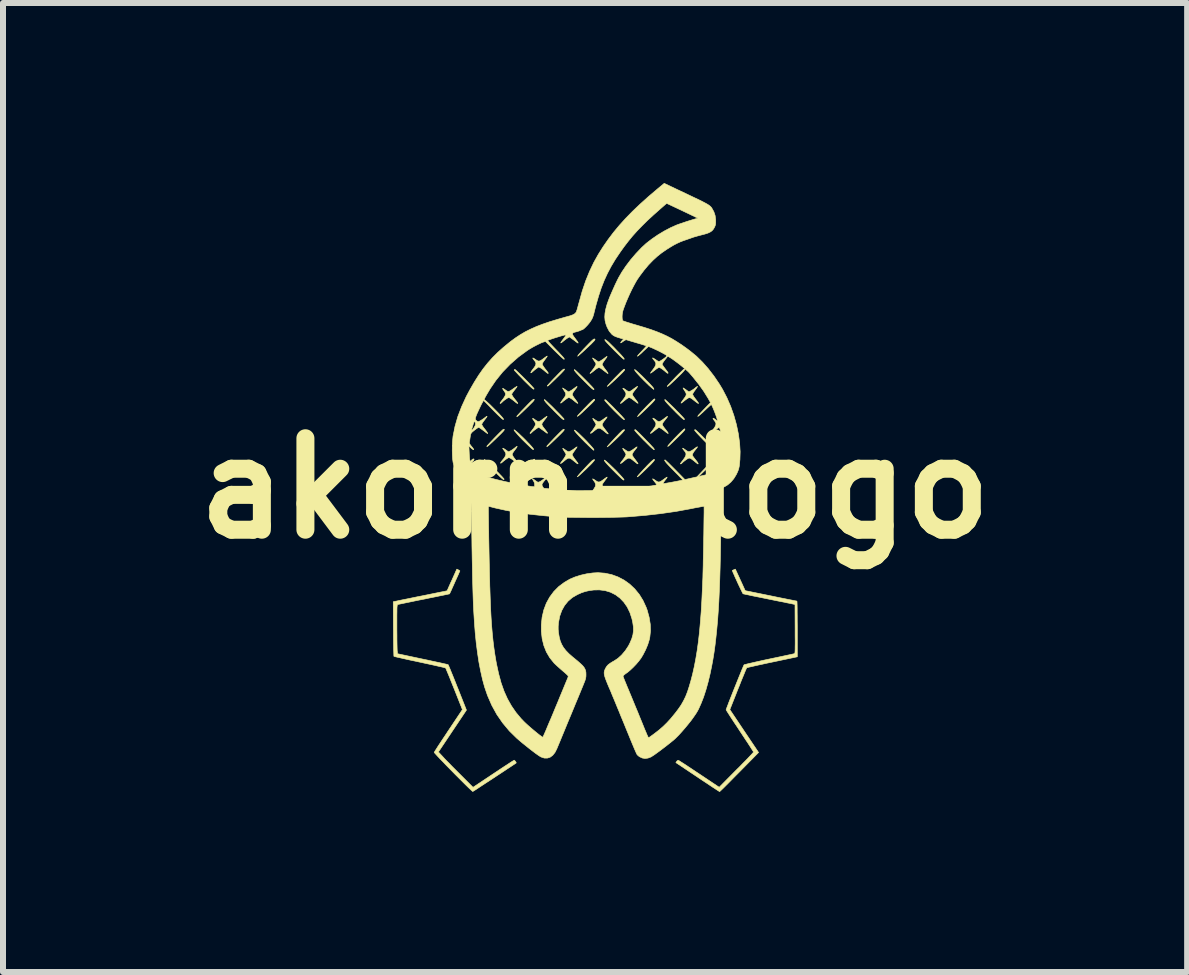
<source format=kicad_pcb>
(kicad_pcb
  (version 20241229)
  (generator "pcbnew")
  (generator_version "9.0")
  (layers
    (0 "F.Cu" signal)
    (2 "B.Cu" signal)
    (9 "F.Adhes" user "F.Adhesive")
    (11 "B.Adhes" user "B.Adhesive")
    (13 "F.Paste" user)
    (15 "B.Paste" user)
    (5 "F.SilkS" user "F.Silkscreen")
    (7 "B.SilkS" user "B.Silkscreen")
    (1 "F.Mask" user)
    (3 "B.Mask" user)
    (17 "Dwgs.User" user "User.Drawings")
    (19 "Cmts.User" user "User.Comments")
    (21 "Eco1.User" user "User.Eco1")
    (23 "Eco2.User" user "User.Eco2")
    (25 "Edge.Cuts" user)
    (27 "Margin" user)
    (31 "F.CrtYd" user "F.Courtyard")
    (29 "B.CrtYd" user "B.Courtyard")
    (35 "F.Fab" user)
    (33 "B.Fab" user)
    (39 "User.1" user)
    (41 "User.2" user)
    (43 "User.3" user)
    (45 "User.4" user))
  (footprint "akorn-logo"
    (layer "F.Cu")
    (at 6.865 5.087)
    (property "Reference" "akorn-logo" (at 0 0 0) (layer "F.SilkS") (effects (font (size 1.524 1.524) (thickness 0.3))))
    (attr through_hole)
    (fp_poly (pts (xy -0.007 -1.483) (xy -0.005 -1.478) (xy -0.008 -1.468) (xy -0.019 -1.454) (xy -0.038 -1.433) (xy -0.067 -1.404) (xy -0.106 -1.367) (xy -0.166 -1.31) (xy -0.214 -1.264) (xy -0.251 -1.231) (xy -0.277 -1.21) (xy -0.292 -1.2) (xy -0.296 -1.2) (xy -0.291 -1.208) (xy -0.275 -1.227) (xy -0.25 -1.254) (xy -0.219 -1.287) (xy -0.182 -1.326) (xy -0.157 -1.351) (xy -0.112 -1.398) (xy -0.077 -1.433) (xy -0.051 -1.458) (xy -0.032 -1.474) (xy -0.02 -1.483) (xy -0.011 -1.485) (xy -0.007 -1.483)) (stroke (width 0.01) (type solid)) (fill yes) (layer "F.SilkS"))
    (fp_poly (pts (xy -0.004 -2.488) (xy -0.00032 -2.483) (xy -0.003 -2.474) (xy -0.013 -2.459) (xy -0.033 -2.438) (xy -0.061 -2.409) (xy -0.1 -2.372) (xy -0.151 -2.324) (xy -0.173 -2.303) (xy -0.209 -2.27) (xy -0.241 -2.242) (xy -0.266 -2.22) (xy -0.284 -2.205) (xy -0.29 -2.201) (xy -0.288 -2.207) (xy -0.277 -2.223) (xy -0.258 -2.246) (xy -0.239 -2.267) (xy -0.185 -2.326) (xy -0.136 -2.377) (xy -0.094 -2.42) (xy -0.06 -2.454) (xy -0.034 -2.477) (xy -0.018 -2.488) (xy -0.014 -2.489) (xy -0.004 -2.488)) (stroke (width 0.01) (type solid)) (fill yes) (layer "F.SilkS"))
    (fp_poly (pts (xy 0.997 -1.488) (xy 0.998 -1.48) (xy 0.989 -1.466) (xy 0.972 -1.445) (xy 0.944 -1.415) (xy 0.905 -1.377) (xy 0.857 -1.33) (xy 0.805 -1.28) (xy 0.764 -1.242) (xy 0.734 -1.215) (xy 0.715 -1.199) (xy 0.707 -1.195) (xy 0.711 -1.203) (xy 0.726 -1.223) (xy 0.735 -1.234) (xy 0.759 -1.261) (xy 0.789 -1.294) (xy 0.823 -1.329) (xy 0.858 -1.366) (xy 0.893 -1.401) (xy 0.925 -1.433) (xy 0.953 -1.46) (xy 0.974 -1.48) (xy 0.987 -1.489) (xy 0.989 -1.49) (xy 0.997 -1.488)) (stroke (width 0.01) (type solid)) (fill yes) (layer "F.SilkS"))
    (fp_poly (pts (xy 0.492 -1.983) (xy 0.494 -1.977) (xy 0.49 -1.967) (xy 0.478 -1.952) (xy 0.457 -1.929) (xy 0.426 -1.898) (xy 0.402 -1.875) (xy 0.344 -1.819) (xy 0.295 -1.774) (xy 0.256 -1.739) (xy 0.228 -1.714) (xy 0.21 -1.701) (xy 0.203 -1.699) (xy 0.203 -1.7) (xy 0.209 -1.708) (xy 0.225 -1.726) (xy 0.249 -1.753) (xy 0.281 -1.787) (xy 0.317 -1.825) (xy 0.342 -1.851) (xy 0.388 -1.897) (xy 0.423 -1.933) (xy 0.449 -1.958) (xy 0.468 -1.974) (xy 0.481 -1.983) (xy 0.489 -1.985) (xy 0.492 -1.983)) (stroke (width 0.01) (type solid)) (fill yes) (layer "F.SilkS"))
    (fp_poly (pts (xy 0.492 -0.977) (xy 0.491 -0.969) (xy 0.478 -0.952) (xy 0.456 -0.926) (xy 0.435 -0.904) (xy 0.398 -0.867) (xy 0.36 -0.83) (xy 0.322 -0.794) (xy 0.286 -0.761) (xy 0.254 -0.732) (xy 0.229 -0.71) (xy 0.211 -0.696) (xy 0.203 -0.691) (xy 0.203 -0.692) (xy 0.209 -0.701) (xy 0.224 -0.719) (xy 0.247 -0.745) (xy 0.276 -0.777) (xy 0.308 -0.812) (xy 0.342 -0.849) (xy 0.376 -0.884) (xy 0.406 -0.916) (xy 0.433 -0.942) (xy 0.452 -0.961) (xy 0.462 -0.969) (xy 0.48 -0.977) (xy 0.492 -0.977)) (stroke (width 0.01) (type solid)) (fill yes) (layer "F.SilkS"))
    (fp_poly (pts (xy 0.991 -0.479) (xy 0.988 -0.467) (xy 0.973 -0.447) (xy 0.946 -0.417) (xy 0.907 -0.377) (xy 0.891 -0.362) (xy 0.835 -0.307) (xy 0.79 -0.264) (xy 0.755 -0.232) (xy 0.73 -0.209) (xy 0.713 -0.196) (xy 0.704 -0.191) (xy 0.703 -0.192) (xy 0.708 -0.2) (xy 0.723 -0.219) (xy 0.746 -0.245) (xy 0.775 -0.277) (xy 0.806 -0.312) (xy 0.84 -0.347) (xy 0.872 -0.382) (xy 0.902 -0.412) (xy 0.927 -0.437) (xy 0.937 -0.447) (xy 0.958 -0.465) (xy 0.975 -0.478) (xy 0.983 -0.483) (xy 0.991 -0.479)) (stroke (width 0.01) (type solid)) (fill yes) (layer "F.SilkS"))
    (fp_poly (pts (xy 1.495 -1.988) (xy 1.497 -1.981) (xy 1.49 -1.969) (xy 1.474 -1.949) (xy 1.449 -1.922) (xy 1.412 -1.885) (xy 1.374 -1.848) (xy 1.318 -1.794) (xy 1.274 -1.753) (xy 1.241 -1.723) (xy 1.218 -1.705) (xy 1.206 -1.697) (xy 1.203 -1.699) (xy 1.203 -1.7) (xy 1.21 -1.711) (xy 1.227 -1.73) (xy 1.252 -1.757) (xy 1.283 -1.79) (xy 1.317 -1.825) (xy 1.352 -1.862) (xy 1.388 -1.898) (xy 1.421 -1.93) (xy 1.449 -1.957) (xy 1.471 -1.978) (xy 1.484 -1.988) (xy 1.487 -1.99) (xy 1.495 -1.988)) (stroke (width 0.01) (type solid)) (fill yes) (layer "F.SilkS"))
    (fp_poly (pts (xy 1.498 -0.988) (xy 1.496 -0.978) (xy 1.485 -0.961) (xy 1.463 -0.936) (xy 1.429 -0.901) (xy 1.395 -0.868) (xy 1.341 -0.815) (xy 1.299 -0.774) (xy 1.266 -0.743) (xy 1.242 -0.72) (xy 1.225 -0.706) (xy 1.215 -0.699) (xy 1.211 -0.698) (xy 1.211 -0.699) (xy 1.216 -0.71) (xy 1.232 -0.73) (xy 1.256 -0.757) (xy 1.286 -0.79) (xy 1.319 -0.826) (xy 1.355 -0.863) (xy 1.39 -0.899) (xy 1.423 -0.932) (xy 1.452 -0.959) (xy 1.474 -0.979) (xy 1.488 -0.99) (xy 1.491 -0.991) (xy 1.498 -0.988)) (stroke (width 0.01) (type solid)) (fill yes) (layer "F.SilkS"))
    (fp_poly (pts (xy -1.006 -0.484) (xy -1.004 -0.479) (xy -1.008 -0.47) (xy -1.018 -0.456) (xy -1.036 -0.436) (xy -1.063 -0.408) (xy -1.101 -0.37) (xy -1.122 -0.351) (xy -1.175 -0.3) (xy -1.217 -0.26) (xy -1.25 -0.231) (xy -1.273 -0.211) (xy -1.287 -0.201) (xy -1.294 -0.199) (xy -1.295 -0.201) (xy -1.29 -0.209) (xy -1.274 -0.227) (xy -1.249 -0.254) (xy -1.218 -0.288) (xy -1.181 -0.326) (xy -1.157 -0.352) (xy -1.111 -0.398) (xy -1.077 -0.433) (xy -1.05 -0.458) (xy -1.032 -0.475) (xy -1.019 -0.484) (xy -1.011 -0.486) (xy -1.006 -0.484)) (stroke (width 0.01) (type solid)) (fill yes) (layer "F.SilkS"))
    (fp_poly (pts (xy -0.335 -0.968) (xy -0.317 -0.955) (xy -0.29 -0.932) (xy -0.257 -0.901) (xy -0.219 -0.864) (xy -0.177 -0.823) (xy -0.134 -0.779) (xy -0.112 -0.755) (xy -0.073 -0.713) (xy -0.045 -0.681) (xy -0.027 -0.659) (xy -0.019 -0.644) (xy -0.018 -0.637) (xy -0.024 -0.635) (xy -0.032 -0.641) (xy -0.05 -0.657) (xy -0.076 -0.681) (xy -0.109 -0.712) (xy -0.146 -0.749) (xy -0.159 -0.761) (xy -0.22 -0.823) (xy -0.268 -0.873) (xy -0.304 -0.912) (xy -0.329 -0.942) (xy -0.342 -0.961) (xy -0.344 -0.971) (xy -0.344 -0.971) (xy -0.335 -0.968)) (stroke (width 0.01) (type solid)) (fill yes) (layer "F.SilkS"))
    (fp_poly (pts (xy -0.008 -0.478) (xy -0.009 -0.47) (xy -0.023 -0.451) (xy -0.047 -0.423) (xy -0.073 -0.396) (xy -0.111 -0.359) (xy -0.149 -0.321) (xy -0.187 -0.286) (xy -0.221 -0.254) (xy -0.251 -0.226) (xy -0.275 -0.206) (xy -0.29 -0.194) (xy -0.296 -0.192) (xy -0.296 -0.193) (xy -0.288 -0.203) (xy -0.272 -0.223) (xy -0.248 -0.251) (xy -0.218 -0.284) (xy -0.185 -0.319) (xy -0.151 -0.356) (xy -0.119 -0.39) (xy -0.089 -0.421) (xy -0.065 -0.445) (xy -0.048 -0.461) (xy -0.045 -0.463) (xy -0.026 -0.475) (xy -0.011 -0.479) (xy -0.008 -0.478)) (stroke (width 0.01) (type solid)) (fill yes) (layer "F.SilkS"))
    (fp_poly (pts (xy 0.669 -1.975) (xy 0.688 -1.96) (xy 0.715 -1.936) (xy 0.748 -1.905) (xy 0.786 -1.869) (xy 0.802 -1.853) (xy 0.856 -1.798) (xy 0.9 -1.754) (xy 0.932 -1.719) (xy 0.956 -1.693) (xy 0.971 -1.673) (xy 0.979 -1.659) (xy 0.98 -1.65) (xy 0.98 -1.649) (xy 0.973 -1.652) (xy 0.957 -1.664) (xy 0.932 -1.686) (xy 0.9 -1.714) (xy 0.865 -1.748) (xy 0.864 -1.749) (xy 0.808 -1.804) (xy 0.759 -1.854) (xy 0.719 -1.897) (xy 0.688 -1.932) (xy 0.668 -1.958) (xy 0.659 -1.974) (xy 0.66 -1.98) (xy 0.669 -1.975)) (stroke (width 0.01) (type solid)) (fill yes) (layer "F.SilkS"))
    (fp_poly (pts (xy -1.514 -0.983) (xy -1.512 -0.978) (xy -1.515 -0.969) (xy -1.525 -0.956) (xy -1.543 -0.936) (xy -1.569 -0.909) (xy -1.606 -0.873) (xy -1.647 -0.833) (xy -1.695 -0.787) (xy -1.732 -0.752) (xy -1.76 -0.726) (xy -1.78 -0.709) (xy -1.793 -0.699) (xy -1.8 -0.696) (xy -1.803 -0.698) (xy -1.803 -0.701) (xy -1.798 -0.708) (xy -1.782 -0.726) (xy -1.757 -0.753) (xy -1.726 -0.786) (xy -1.689 -0.825) (xy -1.664 -0.851) (xy -1.619 -0.897) (xy -1.584 -0.932) (xy -1.558 -0.957) (xy -1.54 -0.974) (xy -1.527 -0.983) (xy -1.519 -0.985) (xy -1.514 -0.983)) (stroke (width 0.01) (type solid)) (fill yes) (layer "F.SilkS"))
    (fp_poly (pts (xy -1.342 -0.973) (xy -1.324 -0.96) (xy -1.299 -0.939) (xy -1.268 -0.911) (xy -1.233 -0.877) (xy -1.195 -0.841) (xy -1.157 -0.803) (xy -1.121 -0.765) (xy -1.087 -0.73) (xy -1.06 -0.7) (xy -1.039 -0.675) (xy -1.027 -0.658) (xy -1.024 -0.652) (xy -1.026 -0.646) (xy -1.031 -0.646) (xy -1.042 -0.652) (xy -1.06 -0.667) (xy -1.087 -0.692) (xy -1.123 -0.726) (xy -1.128 -0.731) (xy -1.171 -0.773) (xy -1.214 -0.815) (xy -1.253 -0.856) (xy -1.288 -0.894) (xy -1.316 -0.927) (xy -1.337 -0.952) (xy -1.348 -0.969) (xy -1.35 -0.975) (xy -1.342 -0.973)) (stroke (width 0.01) (type solid)) (fill yes) (layer "F.SilkS"))
    (fp_poly (pts (xy -1.014 -1.483) (xy -1.013 -1.478) (xy -1.016 -1.469) (xy -1.026 -1.455) (xy -1.043 -1.436) (xy -1.07 -1.409) (xy -1.106 -1.373) (xy -1.147 -1.333) (xy -1.195 -1.287) (xy -1.233 -1.251) (xy -1.261 -1.225) (xy -1.28 -1.208) (xy -1.293 -1.199) (xy -1.301 -1.195) (xy -1.304 -1.197) (xy -1.304 -1.2) (xy -1.298 -1.208) (xy -1.282 -1.226) (xy -1.258 -1.252) (xy -1.227 -1.286) (xy -1.19 -1.324) (xy -1.165 -1.35) (xy -1.12 -1.397) (xy -1.085 -1.432) (xy -1.059 -1.457) (xy -1.04 -1.473) (xy -1.027 -1.482) (xy -1.019 -1.485) (xy -1.014 -1.483)) (stroke (width 0.01) (type solid)) (fill yes) (layer "F.SilkS"))
    (fp_poly (pts (xy -0.836 -0.468) (xy -0.818 -0.454) (xy -0.792 -0.432) (xy -0.761 -0.403) (xy -0.725 -0.369) (xy -0.687 -0.332) (xy -0.649 -0.293) (xy -0.612 -0.256) (xy -0.579 -0.221) (xy -0.551 -0.19) (xy -0.53 -0.165) (xy -0.518 -0.149) (xy -0.516 -0.144) (xy -0.518 -0.138) (xy -0.524 -0.138) (xy -0.534 -0.144) (xy -0.551 -0.158) (xy -0.576 -0.181) (xy -0.61 -0.213) (xy -0.654 -0.257) (xy -0.666 -0.269) (xy -0.724 -0.327) (xy -0.77 -0.374) (xy -0.804 -0.412) (xy -0.828 -0.439) (xy -0.841 -0.458) (xy -0.845 -0.469) (xy -0.844 -0.471) (xy -0.836 -0.468)) (stroke (width 0.01) (type solid)) (fill yes) (layer "F.SilkS"))
    (fp_poly (pts (xy -0.515 -0.983) (xy -0.513 -0.978) (xy -0.516 -0.969) (xy -0.526 -0.956) (xy -0.544 -0.936) (xy -0.57 -0.909) (xy -0.607 -0.873) (xy -0.648 -0.833) (xy -0.696 -0.787) (xy -0.733 -0.752) (xy -0.761 -0.726) (xy -0.781 -0.709) (xy -0.794 -0.699) (xy -0.801 -0.696) (xy -0.804 -0.698) (xy -0.804 -0.701) (xy -0.799 -0.708) (xy -0.783 -0.726) (xy -0.758 -0.753) (xy -0.727 -0.786) (xy -0.69 -0.825) (xy -0.665 -0.851) (xy -0.62 -0.897) (xy -0.585 -0.932) (xy -0.559 -0.957) (xy -0.54 -0.974) (xy -0.528 -0.983) (xy -0.519 -0.985) (xy -0.515 -0.983)) (stroke (width 0.01) (type solid)) (fill yes) (layer "F.SilkS"))
    (fp_poly (pts (xy -0.512 -1.988) (xy -0.509 -1.984) (xy -0.511 -1.977) (xy -0.52 -1.964) (xy -0.538 -1.945) (xy -0.564 -1.917) (xy -0.601 -1.88) (xy -0.639 -1.843) (xy -0.687 -1.796) (xy -0.725 -1.76) (xy -0.752 -1.734) (xy -0.772 -1.717) (xy -0.785 -1.707) (xy -0.792 -1.703) (xy -0.795 -1.705) (xy -0.796 -1.708) (xy -0.79 -1.716) (xy -0.774 -1.734) (xy -0.75 -1.76) (xy -0.719 -1.794) (xy -0.683 -1.832) (xy -0.662 -1.853) (xy -0.617 -1.9) (xy -0.582 -1.935) (xy -0.555 -1.961) (xy -0.536 -1.977) (xy -0.522 -1.986) (xy -0.513 -1.988) (xy -0.512 -1.988)) (stroke (width 0.01) (type solid)) (fill yes) (layer "F.SilkS"))
    (fp_poly (pts (xy 0.163 -0.468) (xy 0.181 -0.455) (xy 0.207 -0.432) (xy 0.239 -0.403) (xy 0.274 -0.369) (xy 0.312 -0.332) (xy 0.351 -0.294) (xy 0.387 -0.256) (xy 0.42 -0.221) (xy 0.448 -0.19) (xy 0.469 -0.165) (xy 0.481 -0.149) (xy 0.483 -0.144) (xy 0.481 -0.138) (xy 0.476 -0.138) (xy 0.465 -0.144) (xy 0.449 -0.157) (xy 0.424 -0.18) (xy 0.391 -0.212) (xy 0.348 -0.254) (xy 0.333 -0.269) (xy 0.275 -0.327) (xy 0.229 -0.374) (xy 0.195 -0.411) (xy 0.171 -0.439) (xy 0.158 -0.458) (xy 0.154 -0.469) (xy 0.155 -0.471) (xy 0.163 -0.468)) (stroke (width 0.01) (type solid)) (fill yes) (layer "F.SilkS"))
    (fp_poly (pts (xy 0.174 -2.476) (xy 0.194 -2.462) (xy 0.225 -2.436) (xy 0.266 -2.396) (xy 0.318 -2.344) (xy 0.356 -2.304) (xy 0.402 -2.257) (xy 0.437 -2.22) (xy 0.461 -2.192) (xy 0.477 -2.172) (xy 0.485 -2.16) (xy 0.487 -2.153) (xy 0.482 -2.151) (xy 0.48 -2.151) (xy 0.471 -2.156) (xy 0.452 -2.173) (xy 0.425 -2.197) (xy 0.392 -2.229) (xy 0.354 -2.267) (xy 0.332 -2.288) (xy 0.28 -2.341) (xy 0.238 -2.384) (xy 0.207 -2.417) (xy 0.185 -2.441) (xy 0.171 -2.459) (xy 0.164 -2.47) (xy 0.163 -2.477) (xy 0.164 -2.478) (xy 0.174 -2.476)) (stroke (width 0.01) (type solid)) (fill yes) (layer "F.SilkS"))
    (fp_poly (pts (xy 0.676 -0.975) (xy 0.686 -0.966) (xy 0.707 -0.947) (xy 0.735 -0.92) (xy 0.768 -0.887) (xy 0.804 -0.85) (xy 0.842 -0.811) (xy 0.879 -0.773) (xy 0.914 -0.737) (xy 0.943 -0.705) (xy 0.966 -0.681) (xy 0.979 -0.665) (xy 0.982 -0.661) (xy 0.988 -0.646) (xy 0.985 -0.643) (xy 0.972 -0.65) (xy 0.949 -0.669) (xy 0.915 -0.7) (xy 0.872 -0.743) (xy 0.817 -0.798) (xy 0.815 -0.799) (xy 0.773 -0.842) (xy 0.736 -0.881) (xy 0.704 -0.915) (xy 0.68 -0.943) (xy 0.665 -0.961) (xy 0.66 -0.969) (xy 0.664 -0.978) (xy 0.676 -0.975)) (stroke (width 0.01) (type solid)) (fill yes) (layer "F.SilkS"))
    (fp_poly (pts (xy 1.674 -0.975) (xy 1.685 -0.966) (xy 1.706 -0.947) (xy 1.734 -0.92) (xy 1.767 -0.887) (xy 1.804 -0.85) (xy 1.842 -0.811) (xy 1.879 -0.773) (xy 1.913 -0.737) (xy 1.942 -0.706) (xy 1.965 -0.681) (xy 1.978 -0.665) (xy 1.981 -0.662) (xy 1.987 -0.647) (xy 1.984 -0.643) (xy 1.972 -0.65) (xy 1.949 -0.668) (xy 1.917 -0.698) (xy 1.874 -0.74) (xy 1.82 -0.793) (xy 1.814 -0.799) (xy 1.772 -0.842) (xy 1.735 -0.881) (xy 1.703 -0.915) (xy 1.679 -0.943) (xy 1.664 -0.961) (xy 1.659 -0.969) (xy 1.663 -0.978) (xy 1.674 -0.975)) (stroke (width 0.01) (type solid)) (fill yes) (layer "F.SilkS"))
    (fp_poly (pts (xy -1.835 -0.476) (xy -1.818 -0.462) (xy -1.793 -0.439) (xy -1.762 -0.409) (xy -1.727 -0.375) (xy -1.689 -0.337) (xy -1.651 -0.299) (xy -1.614 -0.262) (xy -1.581 -0.227) (xy -1.552 -0.197) (xy -1.531 -0.173) (xy -1.518 -0.158) (xy -1.516 -0.153) (xy -1.517 -0.146) (xy -1.524 -0.146) (xy -1.536 -0.153) (xy -1.555 -0.168) (xy -1.582 -0.193) (xy -1.618 -0.227) (xy -1.664 -0.273) (xy -1.677 -0.286) (xy -1.73 -0.339) (xy -1.771 -0.383) (xy -1.803 -0.416) (xy -1.825 -0.442) (xy -1.838 -0.46) (xy -1.844 -0.472) (xy -1.843 -0.48) (xy -1.842 -0.481) (xy -1.835 -0.476)) (stroke (width 0.01) (type solid)) (fill yes) (layer "F.SilkS"))
    (fp_poly (pts (xy -1.327 -1.976) (xy -1.309 -1.96) (xy -1.283 -1.935) (xy -1.251 -1.904) (xy -1.215 -1.869) (xy -1.177 -1.831) (xy -1.139 -1.793) (xy -1.103 -1.756) (xy -1.071 -1.722) (xy -1.045 -1.694) (xy -1.026 -1.673) (xy -1.017 -1.661) (xy -1.016 -1.659) (xy -1.018 -1.653) (xy -1.025 -1.653) (xy -1.038 -1.66) (xy -1.057 -1.676) (xy -1.085 -1.701) (xy -1.121 -1.737) (xy -1.168 -1.783) (xy -1.192 -1.807) (xy -1.233 -1.85) (xy -1.271 -1.888) (xy -1.302 -1.922) (xy -1.326 -1.948) (xy -1.342 -1.965) (xy -1.346 -1.972) (xy -1.34 -1.981) (xy -1.336 -1.981) (xy -1.327 -1.976)) (stroke (width 0.01) (type solid)) (fill yes) (layer "F.SilkS"))
    (fp_poly (pts (xy -0.836 -1.476) (xy -0.819 -1.461) (xy -0.794 -1.438) (xy -0.763 -1.408) (xy -0.727 -1.374) (xy -0.69 -1.337) (xy -0.652 -1.298) (xy -0.615 -1.261) (xy -0.581 -1.226) (xy -0.553 -1.196) (xy -0.532 -1.173) (xy -0.519 -1.157) (xy -0.516 -1.153) (xy -0.518 -1.146) (xy -0.525 -1.145) (xy -0.536 -1.151) (xy -0.555 -1.166) (xy -0.581 -1.19) (xy -0.616 -1.224) (xy -0.662 -1.27) (xy -0.677 -1.285) (xy -0.73 -1.339) (xy -0.772 -1.382) (xy -0.803 -1.415) (xy -0.825 -1.44) (xy -0.838 -1.459) (xy -0.844 -1.471) (xy -0.844 -1.478) (xy -0.843 -1.48) (xy -0.836 -1.476)) (stroke (width 0.01) (type solid)) (fill yes) (layer "F.SilkS"))
    (fp_poly (pts (xy -0.336 -1.975) (xy -0.319 -1.961) (xy -0.294 -1.938) (xy -0.263 -1.908) (xy -0.228 -1.874) (xy -0.19 -1.836) (xy -0.152 -1.798) (xy -0.115 -1.761) (xy -0.082 -1.726) (xy -0.053 -1.696) (xy -0.032 -1.672) (xy -0.019 -1.657) (xy -0.017 -1.652) (xy -0.019 -1.645) (xy -0.025 -1.644) (xy -0.036 -1.651) (xy -0.054 -1.665) (xy -0.08 -1.689) (xy -0.115 -1.722) (xy -0.159 -1.767) (xy -0.178 -1.785) (xy -0.231 -1.839) (xy -0.272 -1.881) (xy -0.303 -1.915) (xy -0.325 -1.94) (xy -0.338 -1.958) (xy -0.345 -1.97) (xy -0.345 -1.977) (xy -0.344 -1.979) (xy -0.336 -1.975)) (stroke (width 0.01) (type solid)) (fill yes) (layer "F.SilkS"))
    (fp_poly (pts (xy 1.171 -1.476) (xy 1.188 -1.461) (xy 1.213 -1.438) (xy 1.244 -1.408) (xy 1.279 -1.374) (xy 1.317 -1.337) (xy 1.355 -1.298) (xy 1.392 -1.261) (xy 1.425 -1.226) (xy 1.454 -1.196) (xy 1.475 -1.173) (xy 1.488 -1.157) (xy 1.49 -1.153) (xy 1.488 -1.146) (xy 1.482 -1.145) (xy 1.471 -1.151) (xy 1.453 -1.166) (xy 1.427 -1.189) (xy 1.393 -1.222) (xy 1.348 -1.266) (xy 1.33 -1.285) (xy 1.277 -1.338) (xy 1.235 -1.382) (xy 1.204 -1.415) (xy 1.182 -1.441) (xy 1.168 -1.459) (xy 1.162 -1.471) (xy 1.163 -1.479) (xy 1.164 -1.48) (xy 1.171 -1.476)) (stroke (width 0.01) (type solid)) (fill yes) (layer "F.SilkS"))
    (fp_poly (pts (xy 0.176 -1.474) (xy 0.176 -1.474) (xy 0.187 -1.466) (xy 0.206 -1.447) (xy 0.233 -1.421) (xy 0.266 -1.389) (xy 0.302 -1.353) (xy 0.339 -1.314) (xy 0.377 -1.276) (xy 0.412 -1.239) (xy 0.443 -1.207) (xy 0.467 -1.18) (xy 0.484 -1.161) (xy 0.491 -1.151) (xy 0.491 -1.151) (xy 0.489 -1.145) (xy 0.482 -1.145) (xy 0.469 -1.153) (xy 0.449 -1.169) (xy 0.421 -1.195) (xy 0.384 -1.231) (xy 0.336 -1.278) (xy 0.315 -1.299) (xy 0.274 -1.341) (xy 0.236 -1.381) (xy 0.205 -1.415) (xy 0.181 -1.442) (xy 0.165 -1.461) (xy 0.161 -1.469) (xy 0.164 -1.478) (xy 0.176 -1.474)) (stroke (width 0.01) (type solid)) (fill yes) (layer "F.SilkS"))
    (fp_poly (pts (xy -0.796 -2.203) (xy -0.801 -2.193) (xy -0.814 -2.174) (xy -0.832 -2.149) (xy -0.838 -2.141) (xy -0.858 -2.114) (xy -0.873 -2.089) (xy -0.88 -2.072) (xy -0.88 -2.07) (xy -0.875 -2.056) (xy -0.862 -2.033) (xy -0.842 -2.005) (xy -0.83 -1.989) (xy -0.808 -1.962) (xy -0.791 -1.939) (xy -0.781 -1.924) (xy -0.779 -1.92) (xy -0.782 -1.914) (xy -0.793 -1.918) (xy -0.812 -1.933) (xy -0.834 -1.951) (xy -0.861 -1.974) (xy -0.889 -1.995) (xy -0.907 -2.006) (xy -0.938 -2.023) (xy -0.975 -1.997) (xy -1.003 -1.976) (xy -1.03 -1.953) (xy -1.039 -1.945) (xy -1.059 -1.928) (xy -1.07 -1.924) (xy -1.07 -1.931) (xy -1.061 -1.949) (xy -1.043 -1.975) (xy -1.04 -1.979) (xy -1.01 -2.018) (xy -0.992 -2.048) (xy -0.985 -2.073) (xy -0.988 -2.095) (xy -1 -2.117) (xy -1.017 -2.138) (xy -1.034 -2.16) (xy -1.038 -2.171) (xy -1.03 -2.171) (xy -1.011 -2.16) (xy -0.991 -2.146) (xy -0.966 -2.13) (xy -0.945 -2.121) (xy -0.925 -2.122) (xy -0.901 -2.132) (xy -0.871 -2.153) (xy -0.851 -2.168) (xy -0.826 -2.186) (xy -0.807 -2.199) (xy -0.797 -2.204) (xy -0.796 -2.203)) (stroke (width 0.01) (type solid)) (fill yes) (layer "F.SilkS"))
    (fp_poly (pts (xy -1.3 -0.691) (xy -1.311 -0.673) (xy -1.329 -0.648) (xy -1.337 -0.638) (xy -1.357 -0.611) (xy -1.372 -0.588) (xy -1.38 -0.572) (xy -1.38 -0.57) (xy -1.377 -0.554) (xy -1.366 -0.532) (xy -1.346 -0.503) (xy -1.319 -0.47) (xy -1.301 -0.446) (xy -1.289 -0.427) (xy -1.286 -0.417) (xy -1.286 -0.416) (xy -1.296 -0.42) (xy -1.315 -0.432) (xy -1.339 -0.45) (xy -1.342 -0.452) (xy -1.369 -0.474) (xy -1.395 -0.492) (xy -1.413 -0.503) (xy -1.429 -0.51) (xy -1.443 -0.51) (xy -1.46 -0.501) (xy -1.47 -0.494) (xy -1.496 -0.476) (xy -1.519 -0.458) (xy -1.524 -0.454) (xy -1.551 -0.431) (xy -1.567 -0.42) (xy -1.574 -0.419) (xy -1.575 -0.421) (xy -1.57 -0.432) (xy -1.557 -0.451) (xy -1.546 -0.465) (xy -1.514 -0.504) (xy -1.495 -0.536) (xy -1.486 -0.562) (xy -1.488 -0.585) (xy -1.5 -0.61) (xy -1.515 -0.631) (xy -1.533 -0.655) (xy -1.539 -0.667) (xy -1.533 -0.669) (xy -1.515 -0.659) (xy -1.491 -0.643) (xy -1.442 -0.608) (xy -1.408 -0.625) (xy -1.381 -0.641) (xy -1.352 -0.662) (xy -1.338 -0.673) (xy -1.318 -0.689) (xy -1.303 -0.698) (xy -1.297 -0.699) (xy -1.3 -0.691)) (stroke (width 0.01) (type solid)) (fill yes) (layer "F.SilkS"))
    (fp_poly (pts (xy -1.302 -1.692) (xy -1.314 -1.674) (xy -1.332 -1.65) (xy -1.342 -1.638) (xy -1.363 -1.61) (xy -1.379 -1.587) (xy -1.388 -1.571) (xy -1.389 -1.568) (xy -1.382 -1.55) (xy -1.364 -1.521) (xy -1.333 -1.48) (xy -1.319 -1.464) (xy -1.297 -1.435) (xy -1.287 -1.418) (xy -1.289 -1.413) (xy -1.303 -1.419) (xy -1.328 -1.438) (xy -1.346 -1.453) (xy -1.373 -1.474) (xy -1.399 -1.493) (xy -1.417 -1.504) (xy -1.431 -1.511) (xy -1.443 -1.511) (xy -1.458 -1.505) (xy -1.48 -1.49) (xy -1.485 -1.487) (xy -1.513 -1.467) (xy -1.537 -1.447) (xy -1.549 -1.435) (xy -1.567 -1.419) (xy -1.579 -1.414) (xy -1.583 -1.419) (xy -1.578 -1.429) (xy -1.566 -1.446) (xy -1.555 -1.46) (xy -1.523 -1.502) (xy -1.501 -1.538) (xy -1.491 -1.565) (xy -1.49 -1.572) (xy -1.495 -1.589) (xy -1.508 -1.612) (xy -1.52 -1.629) (xy -1.536 -1.653) (xy -1.541 -1.665) (xy -1.533 -1.665) (xy -1.513 -1.653) (xy -1.492 -1.638) (xy -1.471 -1.623) (xy -1.453 -1.615) (xy -1.436 -1.615) (xy -1.415 -1.624) (xy -1.387 -1.642) (xy -1.36 -1.661) (xy -1.333 -1.68) (xy -1.312 -1.693) (xy -1.3 -1.699) (xy -1.299 -1.7) (xy -1.302 -1.692)) (stroke (width 0.01) (type solid)) (fill yes) (layer "F.SilkS"))
    (fp_poly (pts (xy -0.803 -1.192) (xy -0.814 -1.175) (xy -0.832 -1.151) (xy -0.838 -1.145) (xy -0.858 -1.118) (xy -0.875 -1.094) (xy -0.884 -1.077) (xy -0.885 -1.076) (xy -0.886 -1.063) (xy -0.88 -1.046) (xy -0.866 -1.023) (xy -0.843 -0.993) (xy -0.819 -0.963) (xy -0.8 -0.937) (xy -0.792 -0.922) (xy -0.795 -0.917) (xy -0.808 -0.923) (xy -0.823 -0.935) (xy -0.846 -0.952) (xy -0.875 -0.973) (xy -0.896 -0.988) (xy -0.94 -1.019) (xy -0.985 -0.988) (xy -1.012 -0.968) (xy -1.037 -0.948) (xy -1.05 -0.936) (xy -1.068 -0.919) (xy -1.08 -0.914) (xy -1.084 -0.92) (xy -1.079 -0.929) (xy -1.066 -0.946) (xy -1.055 -0.96) (xy -1.023 -1.002) (xy -1.002 -1.038) (xy -0.991 -1.066) (xy -0.991 -1.073) (xy -0.996 -1.089) (xy -1.008 -1.113) (xy -1.02 -1.13) (xy -1.037 -1.153) (xy -1.041 -1.165) (xy -1.033 -1.165) (xy -1.014 -1.154) (xy -0.993 -1.138) (xy -0.97 -1.123) (xy -0.951 -1.114) (xy -0.942 -1.113) (xy -0.926 -1.117) (xy -0.923 -1.118) (xy -0.913 -1.122) (xy -0.894 -1.135) (xy -0.868 -1.154) (xy -0.859 -1.161) (xy -0.833 -1.18) (xy -0.813 -1.194) (xy -0.801 -1.2) (xy -0.799 -1.2) (xy -0.803 -1.192)) (stroke (width 0.01) (type solid)) (fill yes) (layer "F.SilkS"))
    (fp_poly (pts (xy -0.298 -1.693) (xy -0.307 -1.679) (xy -0.316 -1.666) (xy -0.347 -1.626) (xy -0.367 -1.597) (xy -0.377 -1.574) (xy -0.378 -1.558) (xy -0.378 -1.556) (xy -0.37 -1.541) (xy -0.355 -1.517) (xy -0.334 -1.489) (xy -0.326 -1.478) (xy -0.306 -1.451) (xy -0.292 -1.43) (xy -0.286 -1.418) (xy -0.287 -1.416) (xy -0.298 -1.419) (xy -0.316 -1.432) (xy -0.34 -1.45) (xy -0.34 -1.451) (xy -0.367 -1.473) (xy -0.393 -1.492) (xy -0.411 -1.503) (xy -0.427 -1.511) (xy -0.439 -1.513) (xy -0.453 -1.507) (xy -0.475 -1.492) (xy -0.505 -1.47) (xy -0.536 -1.446) (xy -0.546 -1.437) (xy -0.564 -1.423) (xy -0.574 -1.42) (xy -0.574 -1.424) (xy -0.566 -1.437) (xy -0.551 -1.459) (xy -0.532 -1.485) (xy -0.53 -1.487) (xy -0.505 -1.522) (xy -0.491 -1.548) (xy -0.487 -1.571) (xy -0.493 -1.593) (xy -0.509 -1.619) (xy -0.512 -1.624) (xy -0.527 -1.647) (xy -0.538 -1.665) (xy -0.542 -1.672) (xy -0.536 -1.67) (xy -0.519 -1.66) (xy -0.496 -1.644) (xy -0.492 -1.642) (xy -0.443 -1.607) (xy -0.414 -1.622) (xy -0.391 -1.635) (xy -0.363 -1.655) (xy -0.344 -1.669) (xy -0.317 -1.689) (xy -0.302 -1.697) (xy -0.298 -1.693)) (stroke (width 0.01) (type solid)) (fill yes) (layer "F.SilkS"))
    (fp_poly (pts (xy 1.704 -0.684) (xy 1.692 -0.667) (xy 1.676 -0.647) (xy 1.646 -0.609) (xy 1.629 -0.58) (xy 1.622 -0.559) (xy 1.625 -0.544) (xy 1.633 -0.531) (xy 1.65 -0.508) (xy 1.67 -0.482) (xy 1.676 -0.475) (xy 1.701 -0.443) (xy 1.715 -0.421) (xy 1.719 -0.409) (xy 1.714 -0.406) (xy 1.706 -0.411) (xy 1.688 -0.425) (xy 1.664 -0.444) (xy 1.658 -0.45) (xy 1.623 -0.477) (xy 1.598 -0.495) (xy 1.579 -0.503) (xy 1.562 -0.503) (xy 1.543 -0.494) (xy 1.521 -0.48) (xy 1.494 -0.46) (xy 1.469 -0.44) (xy 1.456 -0.428) (xy 1.439 -0.412) (xy 1.427 -0.406) (xy 1.422 -0.411) (xy 1.427 -0.419) (xy 1.44 -0.437) (xy 1.459 -0.462) (xy 1.469 -0.475) (xy 1.497 -0.515) (xy 1.512 -0.547) (xy 1.516 -0.575) (xy 1.507 -0.6) (xy 1.496 -0.615) (xy 1.475 -0.642) (xy 1.463 -0.658) (xy 1.459 -0.666) (xy 1.461 -0.669) (xy 1.463 -0.669) (xy 1.473 -0.664) (xy 1.492 -0.651) (xy 1.508 -0.639) (xy 1.532 -0.623) (xy 1.553 -0.612) (xy 1.562 -0.61) (xy 1.584 -0.616) (xy 1.616 -0.632) (xy 1.654 -0.659) (xy 1.67 -0.671) (xy 1.69 -0.685) (xy 1.703 -0.692) (xy 1.707 -0.692) (xy 1.704 -0.684)) (stroke (width 0.01) (type solid)) (fill yes) (layer "F.SilkS"))
    (fp_poly (pts (xy 0.201 -1.19) (xy 0.198 -1.182) (xy 0.187 -1.165) (xy 0.172 -1.145) (xy 0.143 -1.109) (xy 0.126 -1.081) (xy 0.119 -1.06) (xy 0.119 -1.055) (xy 0.124 -1.043) (xy 0.137 -1.022) (xy 0.157 -0.995) (xy 0.169 -0.979) (xy 0.191 -0.951) (xy 0.208 -0.928) (xy 0.218 -0.914) (xy 0.22 -0.91) (xy 0.216 -0.906) (xy 0.204 -0.912) (xy 0.181 -0.928) (xy 0.161 -0.945) (xy 0.123 -0.975) (xy 0.095 -0.994) (xy 0.071 -1.002) (xy 0.049 -1) (xy 0.024 -0.986) (xy -0.008 -0.962) (xy -0.024 -0.949) (xy -0.049 -0.929) (xy -0.067 -0.918) (xy -0.076 -0.916) (xy -0.076 -0.917) (xy -0.07 -0.932) (xy -0.064 -0.94) (xy -0.051 -0.953) (xy -0.035 -0.975) (xy -0.017 -1.002) (xy -0.000204 -1.028) (xy 0.012 -1.05) (xy 0.017 -1.062) (xy 0.017 -1.063) (xy 0.012 -1.075) (xy 0.001 -1.096) (xy -0.013 -1.118) (xy -0.028 -1.141) (xy -0.037 -1.159) (xy -0.039 -1.166) (xy -0.031 -1.163) (xy -0.014 -1.152) (xy 0.004 -1.139) (xy 0.029 -1.123) (xy 0.052 -1.112) (xy 0.064 -1.109) (xy 0.08 -1.114) (xy 0.104 -1.127) (xy 0.132 -1.146) (xy 0.14 -1.152) (xy 0.166 -1.171) (xy 0.187 -1.184) (xy 0.199 -1.19) (xy 0.201 -1.19)) (stroke (width 0.01) (type solid)) (fill yes) (layer "F.SilkS"))
    (fp_poly (pts (xy 0.701 -0.691) (xy 0.698 -0.683) (xy 0.687 -0.666) (xy 0.671 -0.646) (xy 0.642 -0.609) (xy 0.625 -0.581) (xy 0.618 -0.56) (xy 0.618 -0.556) (xy 0.623 -0.544) (xy 0.637 -0.523) (xy 0.656 -0.495) (xy 0.67 -0.478) (xy 0.691 -0.45) (xy 0.707 -0.427) (xy 0.716 -0.413) (xy 0.716 -0.409) (xy 0.707 -0.409) (xy 0.701 -0.412) (xy 0.689 -0.422) (xy 0.669 -0.438) (xy 0.643 -0.458) (xy 0.642 -0.459) (xy 0.611 -0.484) (xy 0.587 -0.498) (xy 0.566 -0.504) (xy 0.544 -0.499) (xy 0.519 -0.484) (xy 0.487 -0.458) (xy 0.468 -0.442) (xy 0.446 -0.425) (xy 0.43 -0.415) (xy 0.423 -0.414) (xy 0.423 -0.415) (xy 0.428 -0.426) (xy 0.442 -0.446) (xy 0.456 -0.464) (xy 0.48 -0.496) (xy 0.5 -0.526) (xy 0.512 -0.551) (xy 0.516 -0.566) (xy 0.512 -0.577) (xy 0.501 -0.597) (xy 0.487 -0.618) (xy 0.472 -0.642) (xy 0.462 -0.659) (xy 0.46 -0.666) (xy 0.468 -0.664) (xy 0.486 -0.653) (xy 0.504 -0.64) (xy 0.529 -0.623) (xy 0.552 -0.612) (xy 0.563 -0.61) (xy 0.579 -0.615) (xy 0.604 -0.628) (xy 0.632 -0.646) (xy 0.64 -0.652) (xy 0.666 -0.671) (xy 0.687 -0.685) (xy 0.699 -0.691) (xy 0.701 -0.691)) (stroke (width 0.01) (type solid)) (fill yes) (layer "F.SilkS"))
    (fp_poly (pts (xy 1.208 -1.199) (xy 1.206 -1.191) (xy 1.195 -1.174) (xy 1.179 -1.154) (xy 1.152 -1.12) (xy 1.134 -1.096) (xy 1.124 -1.078) (xy 1.122 -1.064) (xy 1.126 -1.051) (xy 1.129 -1.044) (xy 1.141 -1.025) (xy 1.16 -1) (xy 1.181 -0.974) (xy 1.205 -0.942) (xy 1.218 -0.922) (xy 1.219 -0.914) (xy 1.209 -0.917) (xy 1.186 -0.933) (xy 1.168 -0.947) (xy 1.14 -0.97) (xy 1.112 -0.99) (xy 1.087 -1.006) (xy 1.069 -1.015) (xy 1.065 -1.016) (xy 1.057 -1.011) (xy 1.038 -0.998) (xy 1.012 -0.978) (xy 0.996 -0.965) (xy 0.963 -0.94) (xy 0.942 -0.924) (xy 0.93 -0.916) (xy 0.924 -0.915) (xy 0.923 -0.919) (xy 0.928 -0.927) (xy 0.941 -0.944) (xy 0.96 -0.968) (xy 0.966 -0.976) (xy 0.995 -1.016) (xy 1.011 -1.048) (xy 1.015 -1.077) (xy 1.007 -1.104) (xy 0.986 -1.133) (xy 0.982 -1.137) (xy 0.966 -1.158) (xy 0.962 -1.169) (xy 0.97 -1.169) (xy 0.99 -1.158) (xy 1.013 -1.142) (xy 1.037 -1.123) (xy 1.054 -1.114) (xy 1.067 -1.112) (xy 1.081 -1.116) (xy 1.086 -1.118) (xy 1.107 -1.13) (xy 1.134 -1.148) (xy 1.158 -1.167) (xy 1.181 -1.184) (xy 1.199 -1.196) (xy 1.208 -1.199) (xy 1.208 -1.199)) (stroke (width 0.01) (type solid)) (fill yes) (layer "F.SilkS"))
    (fp_poly (pts (xy -0.302 -0.684) (xy -0.314 -0.666) (xy -0.331 -0.641) (xy -0.338 -0.631) (xy -0.358 -0.603) (xy -0.373 -0.579) (xy -0.381 -0.562) (xy -0.381 -0.559) (xy -0.376 -0.546) (xy -0.362 -0.523) (xy -0.343 -0.495) (xy -0.33 -0.478) (xy -0.308 -0.45) (xy -0.292 -0.427) (xy -0.283 -0.413) (xy -0.283 -0.409) (xy -0.292 -0.409) (xy -0.298 -0.412) (xy -0.31 -0.422) (xy -0.331 -0.438) (xy -0.356 -0.458) (xy -0.357 -0.459) (xy -0.388 -0.484) (xy -0.412 -0.498) (xy -0.433 -0.504) (xy -0.455 -0.499) (xy -0.48 -0.484) (xy -0.512 -0.458) (xy -0.531 -0.442) (xy -0.553 -0.425) (xy -0.569 -0.415) (xy -0.576 -0.414) (xy -0.576 -0.415) (xy -0.571 -0.426) (xy -0.557 -0.446) (xy -0.543 -0.464) (xy -0.519 -0.496) (xy -0.5 -0.526) (xy -0.487 -0.551) (xy -0.483 -0.566) (xy -0.487 -0.577) (xy -0.499 -0.597) (xy -0.512 -0.618) (xy -0.527 -0.642) (xy -0.537 -0.659) (xy -0.539 -0.666) (xy -0.531 -0.664) (xy -0.513 -0.653) (xy -0.495 -0.64) (xy -0.47 -0.623) (xy -0.448 -0.612) (xy -0.436 -0.61) (xy -0.42 -0.615) (xy -0.396 -0.628) (xy -0.367 -0.646) (xy -0.359 -0.652) (xy -0.333 -0.671) (xy -0.312 -0.685) (xy -0.301 -0.691) (xy -0.299 -0.691) (xy -0.302 -0.684)) (stroke (width 0.01) (type solid)) (fill yes) (layer "F.SilkS"))
    (fp_poly (pts (xy 0.198 -2.19) (xy 0.187 -2.172) (xy 0.169 -2.148) (xy 0.162 -2.138) (xy 0.142 -2.11) (xy 0.127 -2.086) (xy 0.119 -2.069) (xy 0.119 -2.066) (xy 0.123 -2.052) (xy 0.137 -2.03) (xy 0.155 -2.003) (xy 0.159 -1.998) (xy 0.186 -1.963) (xy 0.203 -1.939) (xy 0.213 -1.925) (xy 0.217 -1.917) (xy 0.216 -1.914) (xy 0.214 -1.913) (xy 0.204 -1.918) (xy 0.185 -1.932) (xy 0.16 -1.951) (xy 0.152 -1.957) (xy 0.117 -1.984) (xy 0.092 -2.002) (xy 0.073 -2.01) (xy 0.058 -2.011) (xy 0.043 -2.004) (xy 0.032 -1.997) (xy 0.009 -1.981) (xy -0.018 -1.959) (xy -0.034 -1.946) (xy -0.059 -1.927) (xy -0.076 -1.916) (xy -0.084 -1.914) (xy -0.08 -1.922) (xy -0.079 -1.924) (xy -0.069 -1.936) (xy -0.053 -1.957) (xy -0.041 -1.973) (xy -0.018 -2.004) (xy 0.001 -2.034) (xy 0.013 -2.059) (xy 0.017 -2.073) (xy 0.012 -2.084) (xy 0.001 -2.103) (xy -0.013 -2.124) (xy -0.028 -2.147) (xy -0.039 -2.165) (xy -0.042 -2.172) (xy -0.036 -2.17) (xy -0.019 -2.16) (xy 0.004 -2.144) (xy 0.007 -2.142) (xy 0.057 -2.107) (xy 0.086 -2.121) (xy 0.108 -2.135) (xy 0.137 -2.154) (xy 0.156 -2.169) (xy 0.178 -2.185) (xy 0.194 -2.196) (xy 0.201 -2.198) (xy 0.198 -2.19)) (stroke (width 0.01) (type solid)) (fill yes) (layer "F.SilkS"))
    (fp_poly (pts (xy 0.709 -1.699) (xy 0.706 -1.691) (xy 0.694 -1.673) (xy 0.676 -1.65) (xy 0.674 -1.648) (xy 0.648 -1.615) (xy 0.631 -1.591) (xy 0.624 -1.574) (xy 0.623 -1.561) (xy 0.629 -1.547) (xy 0.632 -1.541) (xy 0.646 -1.521) (xy 0.665 -1.495) (xy 0.685 -1.469) (xy 0.702 -1.445) (xy 0.714 -1.427) (xy 0.717 -1.417) (xy 0.717 -1.417) (xy 0.709 -1.42) (xy 0.691 -1.431) (xy 0.668 -1.449) (xy 0.664 -1.452) (xy 0.636 -1.473) (xy 0.61 -1.492) (xy 0.591 -1.504) (xy 0.591 -1.504) (xy 0.577 -1.51) (xy 0.563 -1.511) (xy 0.548 -1.505) (xy 0.528 -1.492) (xy 0.499 -1.469) (xy 0.483 -1.456) (xy 0.454 -1.433) (xy 0.436 -1.419) (xy 0.427 -1.414) (xy 0.423 -1.417) (xy 0.423 -1.418) (xy 0.428 -1.426) (xy 0.441 -1.444) (xy 0.46 -1.468) (xy 0.466 -1.475) (xy 0.495 -1.515) (xy 0.512 -1.548) (xy 0.516 -1.576) (xy 0.507 -1.603) (xy 0.487 -1.632) (xy 0.483 -1.637) (xy 0.466 -1.658) (xy 0.463 -1.668) (xy 0.471 -1.668) (xy 0.49 -1.657) (xy 0.513 -1.641) (xy 0.537 -1.624) (xy 0.556 -1.615) (xy 0.574 -1.614) (xy 0.595 -1.622) (xy 0.622 -1.64) (xy 0.649 -1.661) (xy 0.675 -1.679) (xy 0.696 -1.693) (xy 0.707 -1.699) (xy 0.709 -1.699)) (stroke (width 0.01) (type solid)) (fill yes) (layer "F.SilkS"))
    (fp_poly (pts (xy 1.705 -1.691) (xy 1.694 -1.673) (xy 1.676 -1.648) (xy 1.669 -1.638) (xy 1.649 -1.611) (xy 1.634 -1.586) (xy 1.626 -1.57) (xy 1.626 -1.567) (xy 1.631 -1.553) (xy 1.644 -1.53) (xy 1.662 -1.504) (xy 1.666 -1.499) (xy 1.693 -1.464) (xy 1.71 -1.44) (xy 1.721 -1.425) (xy 1.724 -1.417) (xy 1.724 -1.414) (xy 1.721 -1.414) (xy 1.711 -1.419) (xy 1.692 -1.432) (xy 1.667 -1.451) (xy 1.659 -1.457) (xy 1.624 -1.485) (xy 1.599 -1.502) (xy 1.581 -1.51) (xy 1.565 -1.51) (xy 1.549 -1.503) (xy 1.531 -1.491) (xy 1.501 -1.469) (xy 1.471 -1.445) (xy 1.461 -1.437) (xy 1.442 -1.423) (xy 1.433 -1.42) (xy 1.433 -1.424) (xy 1.441 -1.437) (xy 1.456 -1.459) (xy 1.475 -1.485) (xy 1.476 -1.487) (xy 1.502 -1.522) (xy 1.516 -1.548) (xy 1.52 -1.57) (xy 1.513 -1.593) (xy 1.498 -1.619) (xy 1.494 -1.625) (xy 1.479 -1.648) (xy 1.469 -1.666) (xy 1.467 -1.673) (xy 1.475 -1.67) (xy 1.492 -1.659) (xy 1.516 -1.642) (xy 1.539 -1.625) (xy 1.556 -1.613) (xy 1.564 -1.609) (xy 1.577 -1.613) (xy 1.599 -1.625) (xy 1.626 -1.641) (xy 1.652 -1.659) (xy 1.668 -1.672) (xy 1.688 -1.688) (xy 1.703 -1.697) (xy 1.708 -1.699) (xy 1.705 -1.691)) (stroke (width 0.01) (type solid)) (fill yes) (layer "F.SilkS"))
    (fp_poly (pts (xy 2.376 1.429) (xy 2.396 1.472) (xy 2.419 1.523) (xy 2.443 1.575) (xy 2.458 1.608) (xy 2.502 1.705) (xy 2.93 1.792) (xy 3.012 1.809) (xy 3.09 1.825) (xy 3.161 1.839) (xy 3.224 1.852) (xy 3.277 1.862) (xy 3.319 1.871) (xy 3.348 1.876) (xy 3.362 1.879) (xy 3.363 1.879) (xy 3.365 1.888) (xy 3.366 1.911) (xy 3.367 1.949) (xy 3.368 1.999) (xy 3.368 2.059) (xy 3.369 2.129) (xy 3.369 2.207) (xy 3.37 2.291) (xy 3.37 2.343) (xy 3.37 2.807) (xy 2.953 2.895) (xy 2.871 2.912) (xy 2.794 2.929) (xy 2.724 2.944) (xy 2.662 2.958) (xy 2.61 2.97) (xy 2.569 2.979) (xy 2.541 2.986) (xy 2.528 2.99) (xy 2.527 2.991) (xy 2.523 3) (xy 2.512 3.023) (xy 2.497 3.059) (xy 2.478 3.106) (xy 2.455 3.161) (xy 2.429 3.225) (xy 2.402 3.294) (xy 2.382 3.343) (xy 2.246 3.687) (xy 2.485 4.044) (xy 2.725 4.401) (xy 2.403 4.728) (xy 2.342 4.789) (xy 2.285 4.847) (xy 2.233 4.9) (xy 2.186 4.947) (xy 2.146 4.987) (xy 2.114 5.018) (xy 2.091 5.04) (xy 2.078 5.052) (xy 2.076 5.054) (xy 2.068 5.049) (xy 2.047 5.036) (xy 2.015 5.015) (xy 1.973 4.988) (xy 1.922 4.954) (xy 1.864 4.915) (xy 1.8 4.873) (xy 1.731 4.827) (xy 1.709 4.812) (xy 1.347 4.57) (xy 1.361 4.549) (xy 1.375 4.535) (xy 1.388 4.532) (xy 1.398 4.537) (xy 1.42 4.551) (xy 1.453 4.572) (xy 1.497 4.6) (xy 1.548 4.634) (xy 1.606 4.672) (xy 1.67 4.715) (xy 1.735 4.758) (xy 2.069 4.981) (xy 2.355 4.692) (xy 2.413 4.635) (xy 2.466 4.58) (xy 2.515 4.531) (xy 2.557 4.487) (xy 2.592 4.45) (xy 2.618 4.422) (xy 2.635 4.403) (xy 2.642 4.395) (xy 2.642 4.395) (xy 2.637 4.386) (xy 2.624 4.365) (xy 2.603 4.332) (xy 2.576 4.29) (xy 2.543 4.239) (xy 2.504 4.181) (xy 2.462 4.117) (xy 2.417 4.049) (xy 2.413 4.043) (xy 2.368 3.974) (xy 2.325 3.91) (xy 2.287 3.852) (xy 2.253 3.8) (xy 2.225 3.756) (xy 2.204 3.723) (xy 2.19 3.7) (xy 2.184 3.69) (xy 2.184 3.69) (xy 2.187 3.68) (xy 2.196 3.655) (xy 2.21 3.619) (xy 2.227 3.573) (xy 2.248 3.519) (xy 2.272 3.459) (xy 2.297 3.395) (xy 2.324 3.328) (xy 2.351 3.261) (xy 2.377 3.196) (xy 2.402 3.134) (xy 2.425 3.078) (xy 2.445 3.028) (xy 2.462 2.988) (xy 2.474 2.959) (xy 2.482 2.943) (xy 2.483 2.941) (xy 2.493 2.937) (xy 2.518 2.931) (xy 2.557 2.921) (xy 2.607 2.91) (xy 2.667 2.896) (xy 2.735 2.881) (xy 2.81 2.864) (xy 2.891 2.847) (xy 2.9 2.845) (xy 2.981 2.828) (xy 3.057 2.812) (xy 3.127 2.797) (xy 3.188 2.784) (xy 3.24 2.773) (xy 3.281 2.764) (xy 3.308 2.758) (xy 3.321 2.755) (xy 3.321 2.755) (xy 3.325 2.753) (xy 3.327 2.749) (xy 3.33 2.741) (xy 3.332 2.727) (xy 3.333 2.707) (xy 3.334 2.679) (xy 3.334 2.642) (xy 3.335 2.594) (xy 3.335 2.533) (xy 3.334 2.458) (xy 3.334 2.369) (xy 3.334 2.343) (xy 3.332 1.935) (xy 2.904 1.848) (xy 2.821 1.831) (xy 2.743 1.815) (xy 2.672 1.801) (xy 2.609 1.788) (xy 2.555 1.776) (xy 2.513 1.768) (xy 2.484 1.761) (xy 2.469 1.758) (xy 2.467 1.758) (xy 2.462 1.75) (xy 2.451 1.729) (xy 2.436 1.698) (xy 2.417 1.659) (xy 2.396 1.615) (xy 2.374 1.568) (xy 2.353 1.521) (xy 2.332 1.476) (xy 2.315 1.436) (xy 2.3 1.403) (xy 2.291 1.38) (xy 2.287 1.369) (xy 2.288 1.368) (xy 2.296 1.364) (xy 2.314 1.356) (xy 2.314 1.356) (xy 2.338 1.346) (xy 2.376 1.429)) (stroke (width 0.01) (type solid)) (fill yes) (layer "F.SilkS"))
    (fp_poly (pts (xy -2.277 1.359) (xy -2.26 1.369) (xy -2.252 1.375) (xy -2.252 1.375) (xy -2.255 1.383) (xy -2.265 1.404) (xy -2.278 1.436) (xy -2.296 1.475) (xy -2.316 1.519) (xy -2.337 1.566) (xy -2.358 1.613) (xy -2.378 1.657) (xy -2.395 1.696) (xy -2.41 1.728) (xy -2.42 1.749) (xy -2.424 1.758) (xy -2.424 1.758) (xy -2.432 1.76) (xy -2.456 1.765) (xy -2.493 1.773) (xy -2.541 1.783) (xy -2.601 1.795) (xy -2.668 1.809) (xy -2.744 1.824) (xy -2.824 1.841) (xy -2.849 1.846) (xy -2.932 1.862) (xy -3.01 1.878) (xy -3.081 1.893) (xy -3.145 1.906) (xy -3.198 1.917) (xy -3.241 1.926) (xy -3.271 1.932) (xy -3.286 1.935) (xy -3.287 1.936) (xy -3.291 1.938) (xy -3.294 1.942) (xy -3.296 1.951) (xy -3.298 1.966) (xy -3.3 1.987) (xy -3.301 2.018) (xy -3.301 2.058) (xy -3.302 2.111) (xy -3.302 2.177) (xy -3.302 2.257) (xy -3.302 2.293) (xy -3.302 2.371) (xy -3.301 2.446) (xy -3.301 2.515) (xy -3.3 2.577) (xy -3.299 2.629) (xy -3.298 2.669) (xy -3.297 2.695) (xy -3.297 2.701) (xy -3.291 2.756) (xy -2.873 2.845) (xy -2.791 2.862) (xy -2.714 2.879) (xy -2.644 2.894) (xy -2.582 2.907) (xy -2.53 2.919) (xy -2.489 2.928) (xy -2.462 2.934) (xy -2.449 2.938) (xy -2.448 2.938) (xy -2.444 2.946) (xy -2.434 2.969) (xy -2.419 3.004) (xy -2.4 3.051) (xy -2.377 3.107) (xy -2.351 3.171) (xy -2.323 3.241) (xy -2.293 3.317) (xy -2.292 3.318) (xy -2.143 3.695) (xy -2.61 4.393) (xy -2.533 4.476) (xy -2.509 4.503) (xy -2.474 4.539) (xy -2.431 4.582) (xy -2.383 4.632) (xy -2.331 4.684) (xy -2.277 4.738) (xy -2.245 4.77) (xy -2.033 4.982) (xy -1.694 4.756) (xy -1.626 4.711) (xy -1.562 4.668) (xy -1.504 4.63) (xy -1.453 4.597) (xy -1.411 4.569) (xy -1.378 4.548) (xy -1.356 4.535) (xy -1.347 4.53) (xy -1.347 4.53) (xy -1.339 4.536) (xy -1.327 4.549) (xy -1.317 4.564) (xy -1.313 4.575) (xy -1.314 4.576) (xy -1.322 4.582) (xy -1.343 4.596) (xy -1.375 4.617) (xy -1.415 4.644) (xy -1.464 4.676) (xy -1.518 4.712) (xy -1.577 4.751) (xy -1.638 4.791) (xy -1.7 4.832) (xy -1.761 4.872) (xy -1.821 4.911) (xy -1.876 4.947) (xy -1.926 4.98) (xy -1.968 5.008) (xy -2.002 5.03) (xy -2.025 5.044) (xy -2.036 5.051) (xy -2.037 5.052) (xy -2.044 5.047) (xy -2.063 5.03) (xy -2.091 5.004) (xy -2.127 4.969) (xy -2.17 4.927) (xy -2.22 4.877) (xy -2.275 4.822) (xy -2.334 4.763) (xy -2.363 4.733) (xy -2.423 4.672) (xy -2.48 4.614) (xy -2.531 4.56) (xy -2.577 4.513) (xy -2.616 4.472) (xy -2.646 4.439) (xy -2.667 4.416) (xy -2.678 4.403) (xy -2.68 4.4) (xy -2.675 4.391) (xy -2.662 4.37) (xy -2.641 4.337) (xy -2.614 4.294) (xy -2.58 4.243) (xy -2.542 4.185) (xy -2.499 4.121) (xy -2.454 4.052) (xy -2.445 4.039) (xy -2.21 3.687) (xy -2.346 3.344) (xy -2.375 3.272) (xy -2.402 3.205) (xy -2.426 3.144) (xy -2.448 3.091) (xy -2.466 3.048) (xy -2.479 3.017) (xy -2.487 2.998) (xy -2.489 2.994) (xy -2.499 2.991) (xy -2.523 2.984) (xy -2.561 2.975) (xy -2.611 2.964) (xy -2.671 2.95) (xy -2.739 2.935) (xy -2.815 2.919) (xy -2.896 2.901) (xy -2.92 2.896) (xy -3.003 2.878) (xy -3.08 2.862) (xy -3.151 2.846) (xy -3.213 2.832) (xy -3.266 2.82) (xy -3.307 2.811) (xy -3.336 2.804) (xy -3.349 2.8) (xy -3.351 2.799) (xy -3.352 2.79) (xy -3.353 2.765) (xy -3.354 2.726) (xy -3.356 2.675) (xy -3.357 2.614) (xy -3.358 2.544) (xy -3.359 2.466) (xy -3.359 2.382) (xy -3.36 2.341) (xy -3.362 1.89) (xy -3.322 1.881) (xy -3.305 1.878) (xy -3.274 1.871) (xy -3.23 1.862) (xy -3.175 1.851) (xy -3.11 1.838) (xy -3.038 1.823) (xy -2.96 1.807) (xy -2.878 1.791) (xy -2.873 1.79) (xy -2.465 1.707) (xy -2.409 1.581) (xy -2.387 1.534) (xy -2.366 1.487) (xy -2.347 1.444) (xy -2.332 1.411) (xy -2.328 1.401) (xy -2.303 1.346) (xy -2.277 1.359)) (stroke (width 0.01) (type solid)) (fill yes) (layer "F.SilkS"))
    (fp_poly (pts (xy 1.277 -5.023) (xy 1.326 -5) (xy 1.384 -4.972) (xy 1.448 -4.942) (xy 1.512 -4.912) (xy 1.566 -4.886) (xy 1.65 -4.846) (xy 1.72 -4.813) (xy 1.777 -4.785) (xy 1.823 -4.761) (xy 1.86 -4.741) (xy 1.888 -4.724) (xy 1.909 -4.709) (xy 1.925 -4.695) (xy 1.938 -4.681) (xy 1.945 -4.671) (xy 1.98 -4.608) (xy 2.001 -4.545) (xy 2.01 -4.475) (xy 2.01 -4.462) (xy 2.01 -4.423) (xy 2.007 -4.395) (xy 2 -4.372) (xy 1.989 -4.348) (xy 1.97 -4.316) (xy 1.948 -4.291) (xy 1.919 -4.271) (xy 1.881 -4.253) (xy 1.831 -4.237) (xy 1.785 -4.225) (xy 1.738 -4.213) (xy 1.691 -4.2) (xy 1.649 -4.188) (xy 1.619 -4.178) (xy 1.617 -4.177) (xy 1.583 -4.165) (xy 1.54 -4.15) (xy 1.497 -4.135) (xy 1.487 -4.132) (xy 1.428 -4.11) (xy 1.373 -4.085) (xy 1.316 -4.056) (xy 1.257 -4.021) (xy 1.19 -3.979) (xy 1.115 -3.927) (xy 1.104 -3.919) (xy 1.036 -3.865) (xy 0.963 -3.798) (xy 0.889 -3.721) (xy 0.817 -3.635) (xy 0.749 -3.545) (xy 0.705 -3.482) (xy 0.677 -3.435) (xy 0.645 -3.376) (xy 0.611 -3.31) (xy 0.577 -3.239) (xy 0.545 -3.167) (xy 0.515 -3.097) (xy 0.49 -3.032) (xy 0.47 -2.977) (xy 0.461 -2.946) (xy 0.454 -2.908) (xy 0.451 -2.869) (xy 0.452 -2.833) (xy 0.457 -2.805) (xy 0.464 -2.792) (xy 0.474 -2.788) (xy 0.499 -2.779) (xy 0.535 -2.767) (xy 0.581 -2.753) (xy 0.635 -2.736) (xy 0.694 -2.719) (xy 0.704 -2.716) (xy 0.825 -2.68) (xy 0.933 -2.645) (xy 1.029 -2.61) (xy 1.117 -2.574) (xy 1.199 -2.536) (xy 1.279 -2.494) (xy 1.358 -2.446) (xy 1.44 -2.393) (xy 1.527 -2.331) (xy 1.588 -2.285) (xy 1.689 -2.202) (xy 1.789 -2.104) (xy 1.887 -1.993) (xy 1.981 -1.871) (xy 2.07 -1.74) (xy 2.126 -1.647) (xy 2.197 -1.51) (xy 2.26 -1.365) (xy 2.313 -1.215) (xy 2.356 -1.062) (xy 2.388 -0.908) (xy 2.409 -0.757) (xy 2.418 -0.611) (xy 2.414 -0.473) (xy 2.413 -0.47) (xy 2.408 -0.412) (xy 2.403 -0.368) (xy 2.395 -0.331) (xy 2.385 -0.299) (xy 2.371 -0.266) (xy 2.353 -0.228) (xy 2.351 -0.225) (xy 2.311 -0.16) (xy 2.263 -0.104) (xy 2.21 -0.058) (xy 2.162 -0.029) (xy 2.109 -0.004) (xy 2.105 0.072) (xy 2.104 0.095) (xy 2.103 0.132) (xy 2.102 0.184) (xy 2.101 0.246) (xy 2.099 0.318) (xy 2.098 0.398) (xy 2.097 0.484) (xy 2.096 0.574) (xy 2.096 0.635) (xy 2.093 0.88) (xy 2.089 1.109) (xy 2.084 1.322) (xy 2.078 1.522) (xy 2.071 1.709) (xy 2.063 1.884) (xy 2.053 2.048) (xy 2.042 2.201) (xy 2.029 2.346) (xy 2.015 2.482) (xy 2 2.612) (xy 1.983 2.735) (xy 1.964 2.853) (xy 1.943 2.966) (xy 1.92 3.076) (xy 1.917 3.092) (xy 1.884 3.228) (xy 1.848 3.357) (xy 1.809 3.477) (xy 1.767 3.584) (xy 1.725 3.678) (xy 1.709 3.708) (xy 1.682 3.753) (xy 1.645 3.807) (xy 1.601 3.868) (xy 1.551 3.931) (xy 1.498 3.995) (xy 1.445 4.056) (xy 1.394 4.112) (xy 1.346 4.16) (xy 1.335 4.171) (xy 1.308 4.195) (xy 1.271 4.225) (xy 1.227 4.26) (xy 1.179 4.298) (xy 1.129 4.336) (xy 1.079 4.374) (xy 1.032 4.408) (xy 0.991 4.438) (xy 0.957 4.46) (xy 0.934 4.475) (xy 0.932 4.476) (xy 0.882 4.495) (xy 0.832 4.501) (xy 0.788 4.494) (xy 0.785 4.493) (xy 0.737 4.47) (xy 0.705 4.442) (xy 0.698 4.433) (xy 0.694 4.424) (xy 0.686 4.408) (xy 0.675 4.383) (xy 0.66 4.349) (xy 0.641 4.304) (xy 0.618 4.249) (xy 0.59 4.182) (xy 0.558 4.103) (xy 0.52 4.011) (xy 0.477 3.905) (xy 0.427 3.785) (xy 0.4 3.717) (xy 0.371 3.648) (xy 0.342 3.577) (xy 0.313 3.507) (xy 0.286 3.443) (xy 0.263 3.386) (xy 0.244 3.342) (xy 0.241 3.336) (xy 0.211 3.265) (xy 0.188 3.208) (xy 0.171 3.162) (xy 0.159 3.124) (xy 0.153 3.094) (xy 0.152 3.068) (xy 0.156 3.045) (xy 0.164 3.022) (xy 0.175 2.998) (xy 0.194 2.967) (xy 0.219 2.939) (xy 0.254 2.913) (xy 0.301 2.884) (xy 0.315 2.877) (xy 0.382 2.833) (xy 0.446 2.774) (xy 0.505 2.704) (xy 0.557 2.625) (xy 0.581 2.578) (xy 0.612 2.506) (xy 0.631 2.44) (xy 0.64 2.376) (xy 0.639 2.308) (xy 0.628 2.234) (xy 0.615 2.174) (xy 0.581 2.07) (xy 0.536 1.977) (xy 0.48 1.897) (xy 0.414 1.828) (xy 0.34 1.773) (xy 0.257 1.731) (xy 0.168 1.704) (xy 0.072 1.692) (xy -0.022 1.694) (xy -0.097 1.704) (xy -0.163 1.719) (xy -0.226 1.74) (xy -0.293 1.77) (xy -0.294 1.77) (xy -0.378 1.819) (xy -0.449 1.88) (xy -0.508 1.952) (xy -0.554 2.035) (xy -0.588 2.129) (xy -0.608 2.233) (xy -0.61 2.246) (xy -0.614 2.3) (xy -0.614 2.349) (xy -0.61 2.4) (xy -0.6 2.459) (xy -0.596 2.481) (xy -0.58 2.542) (xy -0.557 2.598) (xy -0.527 2.651) (xy -0.487 2.702) (xy -0.436 2.755) (xy -0.371 2.812) (xy -0.346 2.832) (xy -0.289 2.879) (xy -0.244 2.919) (xy -0.209 2.952) (xy -0.184 2.982) (xy -0.168 3.01) (xy -0.157 3.038) (xy -0.152 3.069) (xy -0.151 3.103) (xy -0.151 3.109) (xy -0.152 3.138) (xy -0.157 3.166) (xy -0.165 3.196) (xy -0.18 3.235) (xy -0.189 3.257) (xy -0.199 3.282) (xy -0.215 3.321) (xy -0.236 3.372) (xy -0.261 3.433) (xy -0.29 3.503) (xy -0.322 3.579) (xy -0.356 3.662) (xy -0.391 3.747) (xy -0.419 3.814) (xy -0.455 3.9) (xy -0.489 3.983) (xy -0.521 4.061) (xy -0.551 4.133) (xy -0.577 4.197) (xy -0.6 4.252) (xy -0.618 4.295) (xy -0.631 4.326) (xy -0.637 4.341) (xy -0.668 4.402) (xy -0.706 4.449) (xy -0.748 4.48) (xy -0.794 4.495) (xy -0.844 4.495) (xy -0.898 4.477) (xy -0.899 4.477) (xy -0.921 4.464) (xy -0.954 4.442) (xy -0.995 4.413) (xy -1.042 4.377) (xy -1.093 4.338) (xy -1.145 4.296) (xy -1.198 4.254) (xy -1.247 4.213) (xy -1.291 4.175) (xy -1.304 4.164) (xy -1.428 4.042) (xy -1.539 3.909) (xy -1.637 3.767) (xy -1.721 3.614) (xy -1.792 3.451) (xy -1.841 3.308) (xy -1.875 3.184) (xy -1.906 3.046) (xy -1.935 2.896) (xy -1.959 2.737) (xy -1.98 2.573) (xy -1.997 2.404) (xy -2.001 2.349) (xy -2.008 2.264) (xy -2.013 2.183) (xy -2.018 2.103) (xy -2.023 2.023) (xy -2.027 1.942) (xy -2.03 1.857) (xy -2.033 1.767) (xy -2.036 1.67) (xy -2.039 1.565) (xy -2.042 1.449) (xy -2.044 1.321) (xy -2.047 1.179) (xy -2.049 1.063) (xy -2.051 0.959) (xy -2.052 0.853) (xy -2.054 0.748) (xy -2.057 0.645) (xy -2.059 0.547) (xy -2.061 0.457) (xy -2.063 0.377) (xy -2.064 0.346) (xy -1.778 0.346) (xy -1.778 0.378) (xy -1.777 0.425) (xy -1.776 0.485) (xy -1.775 0.557) (xy -1.774 0.638) (xy -1.772 0.727) (xy -1.771 0.821) (xy -1.769 0.92) (xy -1.767 1.021) (xy -1.765 1.121) (xy -1.763 1.22) (xy -1.761 1.316) (xy -1.759 1.406) (xy -1.757 1.489) (xy -1.755 1.563) (xy -1.754 1.626) (xy -1.752 1.672) (xy -1.746 1.847) (xy -1.74 2.008) (xy -1.732 2.155) (xy -1.723 2.291) (xy -1.712 2.418) (xy -1.7 2.537) (xy -1.686 2.651) (xy -1.67 2.762) (xy -1.652 2.871) (xy -1.642 2.925) (xy -1.606 3.091) (xy -1.565 3.242) (xy -1.516 3.381) (xy -1.459 3.508) (xy -1.393 3.625) (xy -1.318 3.734) (xy -1.233 3.836) (xy -1.184 3.887) (xy -1.154 3.916) (xy -1.118 3.949) (xy -1.078 3.984) (xy -1.037 4.019) (xy -0.995 4.054) (xy -0.957 4.085) (xy -0.923 4.112) (xy -0.895 4.132) (xy -0.877 4.144) (xy -0.869 4.146) (xy -0.865 4.138) (xy -0.855 4.116) (xy -0.839 4.08) (xy -0.818 4.032) (xy -0.794 3.974) (xy -0.765 3.905) (xy -0.732 3.829) (xy -0.697 3.745) (xy -0.66 3.655) (xy -0.62 3.56) (xy -0.58 3.462) (xy -0.538 3.361) (xy -0.496 3.259) (xy -0.454 3.158) (xy -0.449 3.143) (xy -0.447 3.135) (xy -0.449 3.126) (xy -0.458 3.114) (xy -0.475 3.098) (xy -0.501 3.074) (xy -0.539 3.042) (xy -0.54 3.041) (xy -0.579 3.007) (xy -0.617 2.973) (xy -0.651 2.942) (xy -0.677 2.917) (xy -0.682 2.912) (xy -0.754 2.823) (xy -0.811 2.726) (xy -0.853 2.62) (xy -0.881 2.506) (xy -0.895 2.383) (xy -0.895 2.274) (xy -0.882 2.147) (xy -0.854 2.027) (xy -0.812 1.915) (xy -0.756 1.813) (xy -0.687 1.72) (xy -0.605 1.637) (xy -0.51 1.566) (xy -0.419 1.513) (xy -0.334 1.477) (xy -0.239 1.447) (xy -0.138 1.424) (xy -0.037 1.41) (xy 0.049 1.405) (xy 0.165 1.414) (xy 0.278 1.438) (xy 0.384 1.477) (xy 0.485 1.53) (xy 0.577 1.596) (xy 0.661 1.675) (xy 0.736 1.766) (xy 0.799 1.868) (xy 0.851 1.981) (xy 0.868 2.027) (xy 0.901 2.147) (xy 0.92 2.263) (xy 0.924 2.373) (xy 0.913 2.478) (xy 0.903 2.525) (xy 0.878 2.605) (xy 0.843 2.689) (xy 0.801 2.771) (xy 0.765 2.831) (xy 0.729 2.879) (xy 0.684 2.932) (xy 0.634 2.984) (xy 0.584 3.031) (xy 0.537 3.07) (xy 0.523 3.079) (xy 0.493 3.101) (xy 0.476 3.116) (xy 0.468 3.128) (xy 0.468 3.137) (xy 0.473 3.149) (xy 0.482 3.174) (xy 0.497 3.211) (xy 0.516 3.257) (xy 0.538 3.311) (xy 0.563 3.37) (xy 0.573 3.395) (xy 0.604 3.469) (xy 0.639 3.554) (xy 0.676 3.644) (xy 0.714 3.735) (xy 0.749 3.822) (xy 0.78 3.897) (xy 0.805 3.959) (xy 0.828 4.016) (xy 0.849 4.065) (xy 0.866 4.106) (xy 0.88 4.136) (xy 0.888 4.153) (xy 0.89 4.157) (xy 0.899 4.152) (xy 0.918 4.139) (xy 0.946 4.119) (xy 0.98 4.094) (xy 1 4.079) (xy 1.072 4.023) (xy 1.137 3.966) (xy 1.2 3.904) (xy 1.264 3.834) (xy 1.331 3.752) (xy 1.337 3.745) (xy 1.39 3.675) (xy 1.436 3.608) (xy 1.474 3.541) (xy 1.509 3.47) (xy 1.54 3.391) (xy 1.569 3.302) (xy 1.595 3.213) (xy 1.626 3.094) (xy 1.654 2.969) (xy 1.679 2.839) (xy 1.702 2.701) (xy 1.722 2.555) (xy 1.74 2.398) (xy 1.755 2.231) (xy 1.769 2.051) (xy 1.78 1.858) (xy 1.79 1.649) (xy 1.795 1.524) (xy 1.797 1.48) (xy 1.798 1.424) (xy 1.8 1.358) (xy 1.802 1.285) (xy 1.803 1.205) (xy 1.805 1.12) (xy 1.807 1.032) (xy 1.809 0.942) (xy 1.81 0.852) (xy 1.812 0.763) (xy 1.813 0.678) (xy 1.814 0.597) (xy 1.815 0.523) (xy 1.816 0.456) (xy 1.817 0.399) (xy 1.817 0.354) (xy 1.817 0.321) (xy 1.817 0.302) (xy 1.817 0.298) (xy 1.808 0.299) (xy 1.785 0.303) (xy 1.75 0.31) (xy 1.705 0.318) (xy 1.652 0.328) (xy 1.604 0.338) (xy 1.353 0.384) (xy 1.097 0.421) (xy 0.831 0.451) (xy 0.554 0.474) (xy 0.533 0.476) (xy 0.482 0.478) (xy 0.417 0.48) (xy 0.339 0.482) (xy 0.253 0.484) (xy 0.16 0.485) (xy 0.061 0.486) (xy -0.039 0.486) (xy -0.14 0.486) (xy -0.239 0.485) (xy -0.333 0.484) (xy -0.42 0.483) (xy -0.498 0.481) (xy -0.564 0.479) (xy -0.617 0.477) (xy -0.631 0.476) (xy -0.869 0.455) (xy -1.091 0.431) (xy -1.298 0.401) (xy -1.489 0.366) (xy -1.665 0.327) (xy -1.7 0.318) (xy -1.778 0.298) (xy -1.778 0.346) (xy -2.064 0.346) (xy -2.065 0.31) (xy -2.066 0.267) (xy -2.074 0.042) (xy -0.004 0.042) (xy 0.131 0.042) (xy 0.107 0.021) (xy 0.08 0.004) (xy 0.054 0.003) (xy 0.025 0.018) (xy 0.021 0.021) (xy -0.004 0.042) (xy -2.074 0.042) (xy -2.075 0.013) (xy -2.098 -0.004) (xy -2.139 -0.038) (xy -2.183 -0.081) (xy -2.225 -0.126) (xy -2.259 -0.17) (xy -2.267 -0.181) (xy -2.315 -0.269) (xy -2.35 -0.366) (xy -2.366 -0.436) (xy -2.373 -0.489) (xy -2.377 -0.554) (xy -2.379 -0.627) (xy -2.378 -0.702) (xy -2.378 -0.707) (xy -2.102 -0.707) (xy -2.097 -0.597) (xy -2.095 -0.554) (xy -2.092 -0.515) (xy -2.089 -0.486) (xy -2.086 -0.468) (xy -2.085 -0.467) (xy -2.078 -0.448) (xy -2.058 -0.47) (xy -2.041 -0.484) (xy -2.027 -0.491) (xy -2.026 -0.491) (xy -2.016 -0.486) (xy -2.018 -0.473) (xy -2.032 -0.454) (xy -2.04 -0.445) (xy -2.057 -0.426) (xy -2.065 -0.41) (xy -2.066 -0.406) (xy -2.061 -0.39) (xy -2.047 -0.365) (xy -2.029 -0.336) (xy -2.008 -0.306) (xy -1.987 -0.282) (xy -1.974 -0.269) (xy -1.941 -0.247) (xy -1.893 -0.224) (xy -1.831 -0.2) (xy -1.753 -0.176) (xy -1.659 -0.15) (xy -1.549 -0.124) (xy -1.497 -0.112) (xy -1.435 -0.099) (xy -1.368 -0.086) (xy -1.297 -0.072) (xy -1.228 -0.059) (xy -1.163 -0.048) (xy -1.107 -0.038) (xy -1.062 -0.031) (xy -1.052 -0.03) (xy -1.026 -0.027) (xy -1.013 -0.028) (xy -1.007 -0.034) (xy -1.006 -0.044) (xy -1.007 -0.077) (xy -1.015 -0.104) (xy -1.029 -0.129) (xy -1.041 -0.15) (xy -1.043 -0.159) (xy -1.033 -0.156) (xy -1.011 -0.142) (xy -0.997 -0.131) (xy -0.974 -0.115) (xy -0.956 -0.104) (xy -0.948 -0.102) (xy -0.929 -0.107) (xy -0.901 -0.122) (xy -0.869 -0.144) (xy -0.844 -0.163) (xy -0.822 -0.18) (xy -0.806 -0.19) (xy -0.799 -0.192) (xy -0.801 -0.183) (xy -0.812 -0.166) (xy -0.827 -0.146) (xy -0.855 -0.113) (xy -0.872 -0.089) (xy -0.882 -0.071) (xy -0.884 -0.057) (xy -0.88 -0.042) (xy -0.875 -0.031) (xy -0.863 -0.011) (xy -0.85 -0.001) (xy -0.847 -0.000017) (xy -0.834 0.001) (xy -0.808 0.003) (xy -0.772 0.007) (xy -0.728 0.011) (xy -0.707 0.013) (xy -0.613 0.022) (xy -0.531 0.029) (xy -0.456 0.034) (xy -0.385 0.037) (xy -0.311 0.039) (xy -0.231 0.039) (xy -0.212 0.039) (xy -0.039 0.038) (xy -0.014 0.002) (xy 0.006 -0.033) (xy 0.01 -0.065) (xy -0.001 -0.097) (xy -0.016 -0.119) (xy -0.031 -0.139) (xy -0.039 -0.154) (xy -0.04 -0.158) (xy -0.031 -0.155) (xy -0.013 -0.145) (xy 0.008 -0.131) (xy 0.033 -0.114) (xy 0.054 -0.106) (xy 0.074 -0.107) (xy 0.098 -0.117) (xy 0.129 -0.138) (xy 0.148 -0.152) (xy 0.173 -0.17) (xy 0.192 -0.183) (xy 0.202 -0.187) (xy 0.203 -0.186) (xy 0.198 -0.176) (xy 0.185 -0.157) (xy 0.166 -0.132) (xy 0.161 -0.125) (xy 0.141 -0.098) (xy 0.126 -0.075) (xy 0.119 -0.059) (xy 0.119 -0.057) (xy 0.123 -0.041) (xy 0.136 -0.018) (xy 0.149 0.001) (xy 0.166 0.024) (xy 0.179 0.036) (xy 0.193 0.04) (xy 0.213 0.039) (xy 0.219 0.039) (xy 0.245 0.036) (xy 0.282 0.033) (xy 0.323 0.031) (xy 0.343 0.029) (xy 0.389 0.026) (xy 0.444 0.021) (xy 0.506 0.015) (xy 0.572 0.008) (xy 0.641 0.0001) (xy 0.71 -0.008) (xy 0.778 -0.017) (xy 0.842 -0.026) (xy 0.899 -0.034) (xy 0.949 -0.041) (xy 0.988 -0.048) (xy 1.014 -0.054) (xy 1.026 -0.058) (xy 1.026 -0.058) (xy 1.024 -0.067) (xy 1.013 -0.084) (xy 0.995 -0.107) (xy 0.994 -0.109) (xy 0.975 -0.131) (xy 0.963 -0.149) (xy 0.959 -0.158) (xy 0.96 -0.158) (xy 0.968 -0.156) (xy 0.986 -0.146) (xy 1.007 -0.131) (xy 1.032 -0.115) (xy 1.053 -0.106) (xy 1.073 -0.107) (xy 1.097 -0.117) (xy 1.127 -0.138) (xy 1.147 -0.152) (xy 1.172 -0.17) (xy 1.191 -0.182) (xy 1.201 -0.187) (xy 1.202 -0.186) (xy 1.197 -0.176) (xy 1.184 -0.156) (xy 1.165 -0.132) (xy 1.163 -0.129) (xy 1.144 -0.104) (xy 1.134 -0.086) (xy 1.134 -0.078) (xy 1.134 -0.078) (xy 1.144 -0.079) (xy 1.167 -0.082) (xy 1.201 -0.088) (xy 1.242 -0.095) (xy 1.286 -0.103) (xy 1.332 -0.112) (xy 1.375 -0.12) (xy 1.413 -0.128) (xy 1.442 -0.134) (xy 1.459 -0.138) (xy 1.462 -0.139) (xy 1.457 -0.145) (xy 1.442 -0.162) (xy 1.417 -0.187) (xy 1.386 -0.22) (xy 1.348 -0.258) (xy 1.312 -0.295) (xy 1.26 -0.348) (xy 1.22 -0.39) (xy 1.19 -0.423) (xy 1.171 -0.447) (xy 1.161 -0.463) (xy 1.16 -0.471) (xy 1.167 -0.474) (xy 1.175 -0.468) (xy 1.192 -0.452) (xy 1.219 -0.427) (xy 1.252 -0.394) (xy 1.291 -0.355) (xy 1.334 -0.312) (xy 1.336 -0.31) (xy 1.497 -0.146) (xy 1.698 -0.191) (xy 1.828 -0.328) (xy 1.877 -0.38) (xy 1.916 -0.421) (xy 1.947 -0.45) (xy 1.969 -0.47) (xy 1.984 -0.48) (xy 1.993 -0.483) (xy 1.997 -0.478) (xy 1.998 -0.471) (xy 1.992 -0.462) (xy 1.976 -0.443) (xy 1.95 -0.416) (xy 1.918 -0.383) (xy 1.88 -0.346) (xy 1.861 -0.327) (xy 1.724 -0.196) (xy 1.825 -0.22) (xy 1.889 -0.236) (xy 1.948 -0.252) (xy 1.998 -0.269) (xy 2.036 -0.284) (xy 2.054 -0.294) (xy 2.067 -0.307) (xy 2.084 -0.33) (xy 2.1 -0.358) (xy 2.111 -0.378) (xy 2.118 -0.396) (xy 2.124 -0.414) (xy 2.127 -0.435) (xy 2.129 -0.465) (xy 2.131 -0.505) (xy 2.132 -0.542) (xy 2.132 -0.63) (xy 2.129 -0.708) (xy 2.122 -0.775) (xy 2.112 -0.838) (xy 2.103 -0.895) (xy 2.093 -0.943) (xy 2.084 -0.98) (xy 2.075 -1.004) (xy 2.069 -1.014) (xy 2.059 -1.01) (xy 2.039 -0.998) (xy 2.012 -0.979) (xy 1.994 -0.965) (xy 1.966 -0.943) (xy 1.944 -0.927) (xy 1.929 -0.917) (xy 1.926 -0.916) (xy 1.929 -0.924) (xy 1.941 -0.942) (xy 1.958 -0.967) (xy 1.969 -0.981) (xy 1.996 -1.02) (xy 2.011 -1.052) (xy 2.015 -1.078) (xy 2.007 -1.102) (xy 1.99 -1.126) (xy 1.972 -1.15) (xy 1.965 -1.165) (xy 1.969 -1.169) (xy 1.985 -1.162) (xy 1.996 -1.154) (xy 2.017 -1.138) (xy 2.034 -1.126) (xy 2.038 -1.123) (xy 2.04 -1.127) (xy 2.036 -1.145) (xy 2.029 -1.172) (xy 2.017 -1.207) (xy 2.003 -1.246) (xy 1.988 -1.286) (xy 1.972 -1.324) (xy 1.965 -1.341) (xy 1.938 -1.4) (xy 1.916 -1.379) (xy 1.901 -1.366) (xy 1.877 -1.344) (xy 1.847 -1.316) (xy 1.814 -1.285) (xy 1.805 -1.276) (xy 1.773 -1.247) (xy 1.746 -1.223) (xy 1.725 -1.206) (xy 1.713 -1.198) (xy 1.712 -1.198) (xy 1.712 -1.202) (xy 1.717 -1.21) (xy 1.728 -1.224) (xy 1.747 -1.244) (xy 1.774 -1.273) (xy 1.811 -1.312) (xy 1.857 -1.36) (xy 1.924 -1.429) (xy 1.884 -1.5) (xy 1.811 -1.618) (xy 1.725 -1.738) (xy 1.626 -1.861) (xy 1.571 -1.925) (xy 1.548 -1.948) (xy 1.513 -1.979) (xy 1.471 -2.015) (xy 1.424 -2.053) (xy 1.375 -2.091) (xy 1.328 -2.126) (xy 1.285 -2.157) (xy 1.249 -2.18) (xy 1.242 -2.184) (xy 1.212 -2.202) (xy 1.165 -2.142) (xy 1.144 -2.114) (xy 1.128 -2.09) (xy 1.119 -2.074) (xy 1.118 -2.07) (xy 1.122 -2.059) (xy 1.135 -2.038) (xy 1.154 -2.012) (xy 1.158 -2.006) (xy 1.179 -1.979) (xy 1.197 -1.955) (xy 1.209 -1.939) (xy 1.21 -1.937) (xy 1.218 -1.922) (xy 1.214 -1.916) (xy 1.202 -1.921) (xy 1.187 -1.932) (xy 1.159 -1.956) (xy 1.129 -1.98) (xy 1.101 -1.999) (xy 1.079 -2.011) (xy 1.067 -2.015) (xy 1.055 -2.01) (xy 1.033 -1.997) (xy 1.006 -1.977) (xy 0.991 -1.965) (xy 0.963 -1.944) (xy 0.941 -1.928) (xy 0.927 -1.919) (xy 0.924 -1.918) (xy 0.927 -1.926) (xy 0.938 -1.943) (xy 0.956 -1.967) (xy 0.959 -1.971) (xy 0.989 -2.012) (xy 1.007 -2.044) (xy 1.014 -2.071) (xy 1.01 -2.096) (xy 0.995 -2.121) (xy 0.981 -2.138) (xy 0.966 -2.156) (xy 0.959 -2.17) (xy 0.959 -2.173) (xy 0.968 -2.171) (xy 0.986 -2.16) (xy 1.011 -2.144) (xy 1.012 -2.143) (xy 1.038 -2.125) (xy 1.054 -2.116) (xy 1.066 -2.114) (xy 1.079 -2.118) (xy 1.087 -2.122) (xy 1.108 -2.135) (xy 1.135 -2.153) (xy 1.158 -2.17) (xy 1.183 -2.19) (xy 1.194 -2.204) (xy 1.194 -2.214) (xy 1.194 -2.214) (xy 1.183 -2.222) (xy 1.159 -2.236) (xy 1.126 -2.254) (xy 1.088 -2.274) (xy 1.047 -2.295) (xy 1.006 -2.314) (xy 0.968 -2.332) (xy 0.947 -2.341) (xy 0.89 -2.364) (xy 0.803 -2.283) (xy 0.772 -2.253) (xy 0.744 -2.229) (xy 0.722 -2.211) (xy 0.71 -2.202) (xy 0.708 -2.201) (xy 0.706 -2.203) (xy 0.709 -2.208) (xy 0.717 -2.218) (xy 0.732 -2.235) (xy 0.755 -2.261) (xy 0.788 -2.296) (xy 0.816 -2.326) (xy 0.836 -2.348) (xy 0.85 -2.365) (xy 0.855 -2.374) (xy 0.854 -2.374) (xy 0.845 -2.378) (xy 0.823 -2.385) (xy 0.789 -2.396) (xy 0.746 -2.409) (xy 0.697 -2.423) (xy 0.69 -2.425) (xy 0.64 -2.44) (xy 0.595 -2.453) (xy 0.559 -2.464) (xy 0.533 -2.472) (xy 0.52 -2.476) (xy 0.519 -2.476) (xy 0.508 -2.473) (xy 0.488 -2.462) (xy 0.47 -2.45) (xy 0.448 -2.434) (xy 0.432 -2.425) (xy 0.426 -2.424) (xy 0.429 -2.432) (xy 0.44 -2.448) (xy 0.448 -2.458) (xy 0.475 -2.488) (xy 0.426 -2.501) (xy 0.376 -2.516) (xy 0.338 -2.53) (xy 0.31 -2.544) (xy 0.288 -2.56) (xy 0.28 -2.567) (xy 0.236 -2.619) (xy 0.201 -2.686) (xy 0.182 -2.737) (xy 0.167 -2.796) (xy 0.162 -2.855) (xy 0.166 -2.918) (xy 0.179 -2.988) (xy 0.201 -3.068) (xy 0.208 -3.088) (xy 0.224 -3.133) (xy 0.246 -3.19) (xy 0.273 -3.253) (xy 0.303 -3.321) (xy 0.333 -3.388) (xy 0.363 -3.451) (xy 0.391 -3.507) (xy 0.392 -3.509) (xy 0.447 -3.604) (xy 0.515 -3.705) (xy 0.593 -3.808) (xy 0.681 -3.911) (xy 0.775 -4.01) (xy 0.853 -4.082) (xy 0.945 -4.153) (xy 1.045 -4.222) (xy 1.151 -4.286) (xy 1.257 -4.342) (xy 1.36 -4.388) (xy 1.401 -4.403) (xy 1.461 -4.423) (xy 1.522 -4.444) (xy 1.582 -4.463) (xy 1.635 -4.479) (xy 1.672 -4.49) (xy 1.714 -4.501) (xy 1.621 -4.546) (xy 1.584 -4.564) (xy 1.536 -4.587) (xy 1.481 -4.613) (xy 1.422 -4.641) (xy 1.365 -4.668) (xy 1.361 -4.67) (xy 1.193 -4.749) (xy 1.09 -4.659) (xy 0.975 -4.557) (xy 0.873 -4.463) (xy 0.782 -4.373) (xy 0.699 -4.287) (xy 0.622 -4.201) (xy 0.551 -4.114) (xy 0.482 -4.024) (xy 0.42 -3.937) (xy 0.339 -3.817) (xy 0.269 -3.7) (xy 0.207 -3.583) (xy 0.152 -3.463) (xy 0.103 -3.338) (xy 0.059 -3.204) (xy 0.017 -3.058) (xy -0.009 -2.956) (xy -0.021 -2.907) (xy -0.032 -2.87) (xy -0.043 -2.841) (xy -0.056 -2.815) (xy -0.073 -2.788) (xy -0.078 -2.78) (xy -0.1 -2.75) (xy -0.127 -2.718) (xy -0.155 -2.689) (xy -0.181 -2.664) (xy -0.202 -2.648) (xy -0.216 -2.642) (xy -0.229 -2.638) (xy -0.247 -2.63) (xy -0.269 -2.621) (xy -0.299 -2.612) (xy -0.317 -2.607) (xy -0.348 -2.599) (xy -0.368 -2.59) (xy -0.376 -2.577) (xy -0.373 -2.559) (xy -0.358 -2.534) (xy -0.332 -2.499) (xy -0.321 -2.484) (xy -0.297 -2.452) (xy -0.284 -2.431) (xy -0.281 -2.421) (xy -0.29 -2.423) (xy -0.31 -2.437) (xy -0.314 -2.44) (xy -0.342 -2.462) (xy -0.375 -2.486) (xy -0.388 -2.495) (xy -0.427 -2.523) (xy -0.456 -2.506) (xy -0.478 -2.491) (xy -0.506 -2.47) (xy -0.526 -2.454) (xy -0.548 -2.436) (xy -0.564 -2.425) (xy -0.572 -2.423) (xy -0.569 -2.431) (xy -0.558 -2.449) (xy -0.54 -2.473) (xy -0.537 -2.477) (xy -0.517 -2.504) (xy -0.5 -2.527) (xy -0.49 -2.543) (xy -0.489 -2.543) (xy -0.485 -2.554) (xy -0.491 -2.557) (xy -0.509 -2.554) (xy -0.528 -2.549) (xy -0.558 -2.541) (xy -0.595 -2.53) (xy -0.637 -2.517) (xy -0.679 -2.504) (xy -0.718 -2.491) (xy -0.752 -2.479) (xy -0.776 -2.471) (xy -0.788 -2.466) (xy -0.789 -2.465) (xy -0.785 -2.458) (xy -0.771 -2.44) (xy -0.748 -2.414) (xy -0.717 -2.381) (xy -0.681 -2.343) (xy -0.659 -2.32) (xy -0.61 -2.27) (xy -0.573 -2.23) (xy -0.545 -2.2) (xy -0.526 -2.178) (xy -0.516 -2.164) (xy -0.512 -2.155) (xy -0.514 -2.151) (xy -0.519 -2.151) (xy -0.527 -2.156) (xy -0.546 -2.173) (xy -0.574 -2.198) (xy -0.607 -2.23) (xy -0.646 -2.268) (xy -0.678 -2.299) (xy -0.826 -2.448) (xy -0.855 -2.439) (xy -0.89 -2.427) (xy -0.934 -2.406) (xy -0.985 -2.381) (xy -1.037 -2.353) (xy -1.088 -2.323) (xy -1.126 -2.299) (xy -1.276 -2.189) (xy -1.414 -2.068) (xy -1.541 -1.937) (xy -1.654 -1.797) (xy -1.746 -1.662) (xy -1.776 -1.612) (xy -1.802 -1.568) (xy -1.824 -1.53) (xy -1.839 -1.501) (xy -1.848 -1.482) (xy -1.848 -1.476) (xy -1.847 -1.476) (xy -1.838 -1.472) (xy -1.819 -1.457) (xy -1.79 -1.431) (xy -1.752 -1.396) (xy -1.707 -1.351) (xy -1.694 -1.338) (xy -1.641 -1.285) (xy -1.6 -1.243) (xy -1.569 -1.209) (xy -1.547 -1.184) (xy -1.533 -1.167) (xy -1.526 -1.154) (xy -1.526 -1.147) (xy -1.527 -1.146) (xy -1.536 -1.149) (xy -1.555 -1.164) (xy -1.584 -1.191) (xy -1.623 -1.228) (xy -1.671 -1.276) (xy -1.727 -1.333) (xy -1.752 -1.359) (xy -1.785 -1.393) (xy -1.814 -1.422) (xy -1.837 -1.445) (xy -1.852 -1.46) (xy -1.856 -1.463) (xy -1.862 -1.457) (xy -1.873 -1.438) (xy -1.889 -1.409) (xy -1.907 -1.373) (xy -1.926 -1.333) (xy -1.946 -1.29) (xy -1.965 -1.249) (xy -1.981 -1.211) (xy -1.981 -1.209) (xy -1.993 -1.176) (xy -1.995 -1.153) (xy -1.987 -1.137) (xy -1.969 -1.122) (xy -1.969 -1.121) (xy -1.955 -1.113) (xy -1.942 -1.112) (xy -1.925 -1.119) (xy -1.912 -1.126) (xy -1.884 -1.143) (xy -1.853 -1.164) (xy -1.84 -1.174) (xy -1.819 -1.19) (xy -1.804 -1.2) (xy -1.799 -1.201) (xy -1.802 -1.193) (xy -1.814 -1.175) (xy -1.832 -1.151) (xy -1.842 -1.138) (xy -1.863 -1.11) (xy -1.879 -1.086) (xy -1.887 -1.069) (xy -1.888 -1.065) (xy -1.883 -1.053) (xy -1.87 -1.031) (xy -1.85 -1.003) (xy -1.837 -0.987) (xy -1.81 -0.952) (xy -1.794 -0.927) (xy -1.788 -0.914) (xy -1.793 -0.913) (xy -1.809 -0.924) (xy -1.818 -0.931) (xy -1.844 -0.951) (xy -1.875 -0.974) (xy -1.894 -0.988) (xy -1.939 -1.018) (xy -1.973 -0.996) (xy -2.001 -0.975) (xy -2.031 -0.951) (xy -2.04 -0.944) (xy -2.056 -0.928) (xy -2.067 -0.913) (xy -2.074 -0.893) (xy -2.079 -0.865) (xy -2.082 -0.844) (xy -2.087 -0.81) (xy -2.092 -0.781) (xy -2.095 -0.762) (xy -2.095 -0.759) (xy -2.091 -0.744) (xy -2.077 -0.722) (xy -2.061 -0.702) (xy -2.037 -0.673) (xy -2.024 -0.653) (xy -2.023 -0.643) (xy -2.031 -0.645) (xy -2.05 -0.658) (xy -2.069 -0.675) (xy -2.102 -0.707) (xy -2.378 -0.707) (xy -2.375 -0.774) (xy -2.369 -0.84) (xy -2.366 -0.87) (xy -2.345 -0.973) (xy -2.057 -0.973) (xy -2.054 -0.967) (xy -2.043 -0.975) (xy -2.027 -0.996) (xy -2.014 -1.014) (xy -1.996 -1.049) (xy -1.99 -1.076) (xy -1.997 -1.099) (xy -2.001 -1.105) (xy -2.008 -1.111) (xy -2.013 -1.11) (xy -2.019 -1.099) (xy -2.028 -1.075) (xy -2.035 -1.051) (xy -2.045 -1.019) (xy -2.053 -0.992) (xy -2.057 -0.975) (xy -2.057 -0.973) (xy -2.345 -0.973) (xy -2.334 -1.03) (xy -2.287 -1.194) (xy -2.223 -1.361) (xy -2.145 -1.531) (xy -2.086 -1.641) (xy -2.011 -1.771) (xy -1.938 -1.887) (xy -1.865 -1.991) (xy -1.789 -2.087) (xy -1.709 -2.177) (xy -1.623 -2.263) (xy -1.528 -2.348) (xy -1.422 -2.435) (xy -1.403 -2.45) (xy -1.325 -2.507) (xy -1.246 -2.559) (xy -1.163 -2.608) (xy -1.075 -2.652) (xy -0.979 -2.695) (xy -0.875 -2.735) (xy -0.759 -2.775) (xy -0.631 -2.814) (xy -0.488 -2.855) (xy -0.461 -2.862) (xy -0.409 -2.877) (xy -0.371 -2.891) (xy -0.344 -2.905) (xy -0.325 -2.922) (xy -0.311 -2.941) (xy -0.307 -2.955) (xy -0.298 -2.981) (xy -0.288 -3.018) (xy -0.276 -3.062) (xy -0.266 -3.098) (xy -0.214 -3.284) (xy -0.156 -3.456) (xy -0.091 -3.616) (xy -0.02 -3.765) (xy 0.055 -3.899) (xy 0.135 -4.026) (xy 0.219 -4.147) (xy 0.308 -4.265) (xy 0.405 -4.382) (xy 0.51 -4.498) (xy 0.624 -4.615) (xy 0.75 -4.735) (xy 0.888 -4.859) (xy 1.04 -4.988) (xy 1.053 -4.999) (xy 1.153 -5.082) (xy 1.277 -5.023)) (stroke (width 0.01) (type solid)) (fill yes) (layer "F.SilkS")))
  (gr_rect
    (start -3 -3)
    (end 16.731 13.146)
    (stroke (width 0.1) (type default))
    (fill no)
    (layer "Edge.Cuts")))
</source>
